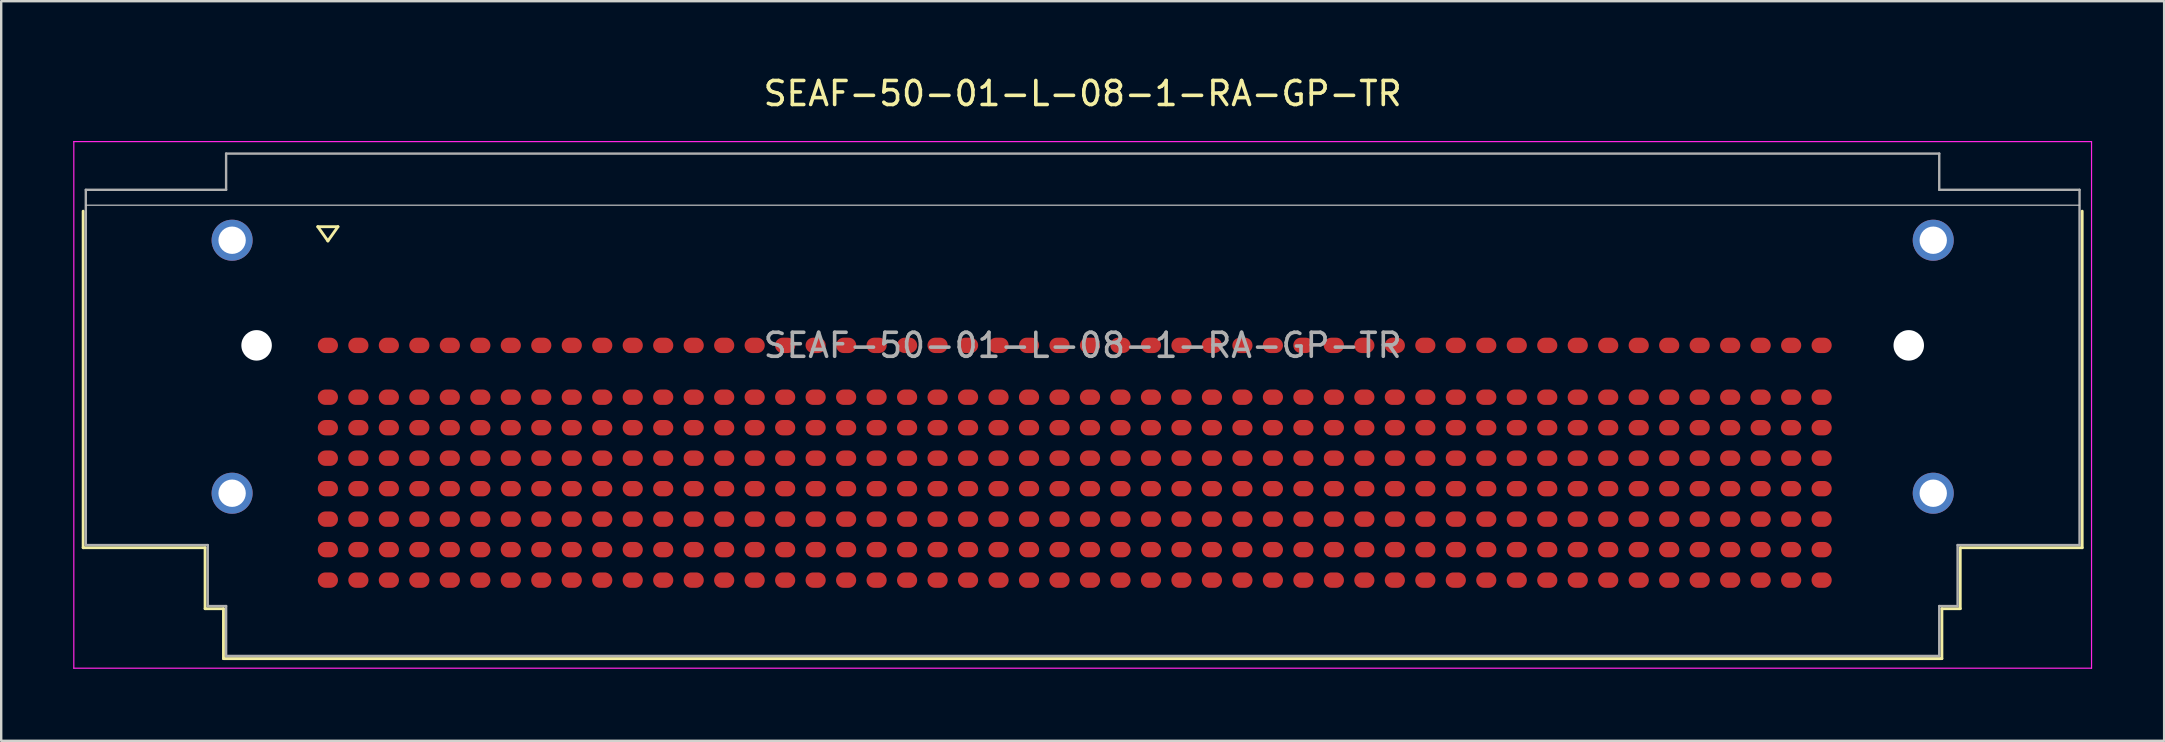
<source format=kicad_pcb>
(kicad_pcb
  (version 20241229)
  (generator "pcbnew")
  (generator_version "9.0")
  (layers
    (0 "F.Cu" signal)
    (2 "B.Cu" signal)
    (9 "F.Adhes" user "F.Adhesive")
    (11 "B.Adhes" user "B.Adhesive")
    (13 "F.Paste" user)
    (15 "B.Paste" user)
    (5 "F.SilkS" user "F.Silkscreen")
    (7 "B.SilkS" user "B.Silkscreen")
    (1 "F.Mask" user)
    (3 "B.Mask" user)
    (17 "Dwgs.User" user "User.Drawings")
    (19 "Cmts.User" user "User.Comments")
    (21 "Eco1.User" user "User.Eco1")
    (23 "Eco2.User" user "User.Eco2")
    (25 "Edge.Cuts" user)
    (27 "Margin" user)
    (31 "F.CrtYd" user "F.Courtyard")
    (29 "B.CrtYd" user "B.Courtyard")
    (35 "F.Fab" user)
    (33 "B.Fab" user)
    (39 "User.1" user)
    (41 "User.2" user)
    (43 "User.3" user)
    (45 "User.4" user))
  (footprint "SEAF-50-01-L-08-1-RA-GP-TR"
    (layer "F.Cu")
    (at 42.055 11.338)
    (property "Reference" "SEAF-50-01-L-08-1-RA-GP-TR" (at 0 -10.49 0) (layer "F.SilkS") (effects (font (size 1 1) (thickness 0.15))))
    (attr smd)
    (fp_line (start -41.64 -5.59) (end -41.64 8.43) (stroke (width 0.12) (type solid)) (layer "F.SilkS"))
    (fp_line (start -41.64 8.43) (end -36.56 8.43) (stroke (width 0.12) (type solid)) (layer "F.SilkS"))
    (fp_line (start -36.56 8.43) (end -36.56 10.97) (stroke (width 0.12) (type solid)) (layer "F.SilkS"))
    (fp_line (start -36.56 10.97) (end -35.795 10.97) (stroke (width 0.12) (type solid)) (layer "F.SilkS"))
    (fp_line (start -35.795 10.97) (end -35.795 13.05) (stroke (width 0.12) (type solid)) (layer "F.SilkS"))
    (fp_line (start -35.795 13.05) (end 35.795 13.05) (stroke (width 0.12) (type solid)) (layer "F.SilkS"))
    (fp_line (start -31.865 -4.944) (end -31.025 -4.944) (stroke (width 0.12) (type solid)) (layer "F.SilkS"))
    (fp_line (start -31.445 -4.35) (end -31.865 -4.944) (stroke (width 0.12) (type solid)) (layer "F.SilkS"))
    (fp_line (start -31.025 -4.944) (end -31.445 -4.35) (stroke (width 0.12) (type solid)) (layer "F.SilkS"))
    (fp_line (start 35.795 10.97) (end 36.56 10.97) (stroke (width 0.12) (type solid)) (layer "F.SilkS"))
    (fp_line (start 35.795 13.05) (end 35.795 10.97) (stroke (width 0.12) (type solid)) (layer "F.SilkS"))
    (fp_line (start 36.56 8.43) (end 41.64 8.43) (stroke (width 0.12) (type solid)) (layer "F.SilkS"))
    (fp_line (start 36.56 10.97) (end 36.56 8.43) (stroke (width 0.12) (type solid)) (layer "F.SilkS"))
    (fp_line (start 41.64 8.43) (end 41.64 -5.59) (stroke (width 0.12) (type solid)) (layer "F.SilkS"))
    (fp_line (start -41.53 -5.84) (end 41.53 -5.84) (stroke (width 0.05) (type solid)) (layer "Dwgs.User"))
    (fp_line (start -42.03 -8.49) (end -42.03 13.45) (stroke (width 0.05) (type solid)) (layer "F.CrtYd"))
    (fp_line (start -42.03 13.45) (end 42.03 13.45) (stroke (width 0.05) (type solid)) (layer "F.CrtYd"))
    (fp_line (start 42.03 -8.49) (end -42.03 -8.49) (stroke (width 0.05) (type solid)) (layer "F.CrtYd"))
    (fp_line (start 42.03 13.45) (end 42.03 -8.49) (stroke (width 0.05) (type solid)) (layer "F.CrtYd"))
    (fp_line (start -41.53 -6.48) (end -35.685 -6.48) (stroke (width 0.1) (type solid)) (layer "F.Fab"))
    (fp_line (start -41.53 8.32) (end -41.53 -6.48) (stroke (width 0.1) (type solid)) (layer "F.Fab"))
    (fp_line (start -36.45 8.32) (end -41.53 8.32) (stroke (width 0.1) (type solid)) (layer "F.Fab"))
    (fp_line (start -36.45 10.86) (end -36.45 8.32) (stroke (width 0.1) (type solid)) (layer "F.Fab"))
    (fp_line (start -35.685 -7.99) (end 35.685 -7.99) (stroke (width 0.1) (type solid)) (layer "F.Fab"))
    (fp_line (start -35.685 -6.48) (end -35.685 -7.99) (stroke (width 0.1) (type solid)) (layer "F.Fab"))
    (fp_line (start -35.685 10.86) (end -36.45 10.86) (stroke (width 0.1) (type solid)) (layer "F.Fab"))
    (fp_line (start -35.685 12.94) (end -35.685 10.86) (stroke (width 0.1) (type solid)) (layer "F.Fab"))
    (fp_line (start 35.685 -7.99) (end 35.685 -6.48) (stroke (width 0.1) (type solid)) (layer "F.Fab"))
    (fp_line (start 35.685 -6.48) (end 41.53 -6.48) (stroke (width 0.1) (type solid)) (layer "F.Fab"))
    (fp_line (start 35.685 10.86) (end 35.685 12.94) (stroke (width 0.1) (type solid)) (layer "F.Fab"))
    (fp_line (start 35.685 12.94) (end -35.685 12.94) (stroke (width 0.1) (type solid)) (layer "F.Fab"))
    (fp_line (start 36.45 8.32) (end 36.45 10.86) (stroke (width 0.1) (type solid)) (layer "F.Fab"))
    (fp_line (start 36.45 10.86) (end 35.685 10.86) (stroke (width 0.1) (type solid)) (layer "F.Fab"))
    (fp_line (start 41.53 -6.48) (end 41.53 8.32) (stroke (width 0.1) (type solid)) (layer "F.Fab"))
    (fp_line (start 41.53 8.32) (end 36.45 8.32) (stroke (width 0.1) (type solid)) (layer "F.Fab"))
    (fp_text user "${REFERENCE}" (at 0 0 0) (layer "F.Fab") (effects (font (size 1 1) (thickness 0.15))))
    (pad "" thru_hole circle (at -35.435 -4.38) (size 1.71 1.71) (drill 1.14) (layers "*.Cu" "*.Mask"))
    (pad "" thru_hole circle (at -35.435 6.16) (size 1.71 1.71) (drill 1.14) (layers "*.Cu" "*.Mask"))
    (pad "" np_thru_hole circle (at -34.415 0) (size 1.27 1.27) (drill 1.27) (layers "*.Cu" "*.Mask"))
    (pad "" smd oval (at -31.445 0) (size 0.98 0.89) (layers "F.Paste"))
    (pad "" smd oval (at -31.445 2.16) (size 0.98 0.89) (layers "F.Paste"))
    (pad "" smd oval (at -31.445 3.43) (size 0.98 0.89) (layers "F.Paste"))
    (pad "" smd oval (at -31.445 4.7) (size 0.98 0.89) (layers "F.Paste"))
    (pad "" smd oval (at -31.445 5.97) (size 0.98 0.89) (layers "F.Paste"))
    (pad "" smd oval (at -31.445 7.24) (size 0.98 0.89) (layers "F.Paste"))
    (pad "" smd oval (at -31.445 8.51) (size 0.98 0.89) (layers "F.Paste"))
    (pad "" smd oval (at -31.445 9.78) (size 0.98 0.89) (layers "F.Paste"))
    (pad "" smd oval (at -30.175 0) (size 0.98 0.89) (layers "F.Paste"))
    (pad "" smd oval (at -30.175 2.16) (size 0.98 0.89) (layers "F.Paste"))
    (pad "" smd oval (at -30.175 3.43) (size 0.98 0.89) (layers "F.Paste"))
    (pad "" smd oval (at -30.175 4.7) (size 0.98 0.89) (layers "F.Paste"))
    (pad "" smd oval (at -30.175 5.97) (size 0.98 0.89) (layers "F.Paste"))
    (pad "" smd oval (at -30.175 7.24) (size 0.98 0.89) (layers "F.Paste"))
    (pad "" smd oval (at -30.175 8.51) (size 0.98 0.89) (layers "F.Paste"))
    (pad "" smd oval (at -30.175 9.78) (size 0.98 0.89) (layers "F.Paste"))
    (pad "" smd oval (at -28.905 0) (size 0.98 0.89) (layers "F.Paste"))
    (pad "" smd oval (at -28.905 2.16) (size 0.98 0.89) (layers "F.Paste"))
    (pad "" smd oval (at -28.905 3.43) (size 0.98 0.89) (layers "F.Paste"))
    (pad "" smd oval (at -28.905 4.7) (size 0.98 0.89) (layers "F.Paste"))
    (pad "" smd oval (at -28.905 5.97) (size 0.98 0.89) (layers "F.Paste"))
    (pad "" smd oval (at -28.905 7.24) (size 0.98 0.89) (layers "F.Paste"))
    (pad "" smd oval (at -28.905 8.51) (size 0.98 0.89) (layers "F.Paste"))
    (pad "" smd oval (at -28.905 9.78) (size 0.98 0.89) (layers "F.Paste"))
    (pad "" smd oval (at -27.635 0) (size 0.98 0.89) (layers "F.Paste"))
    (pad "" smd oval (at -27.635 2.16) (size 0.98 0.89) (layers "F.Paste"))
    (pad "" smd oval (at -27.635 3.43) (size 0.98 0.89) (layers "F.Paste"))
    (pad "" smd oval (at -27.635 4.7) (size 0.98 0.89) (layers "F.Paste"))
    (pad "" smd oval (at -27.635 5.97) (size 0.98 0.89) (layers "F.Paste"))
    (pad "" smd oval (at -27.635 7.24) (size 0.98 0.89) (layers "F.Paste"))
    (pad "" smd oval (at -27.635 8.51) (size 0.98 0.89) (layers "F.Paste"))
    (pad "" smd oval (at -27.635 9.78) (size 0.98 0.89) (layers "F.Paste"))
    (pad "" smd oval (at -26.365 0) (size 0.98 0.89) (layers "F.Paste"))
    (pad "" smd oval (at -26.365 2.16) (size 0.98 0.89) (layers "F.Paste"))
    (pad "" smd oval (at -26.365 3.43) (size 0.98 0.89) (layers "F.Paste"))
    (pad "" smd oval (at -26.365 4.7) (size 0.98 0.89) (layers "F.Paste"))
    (pad "" smd oval (at -26.365 5.97) (size 0.98 0.89) (layers "F.Paste"))
    (pad "" smd oval (at -26.365 7.24) (size 0.98 0.89) (layers "F.Paste"))
    (pad "" smd oval (at -26.365 8.51) (size 0.98 0.89) (layers "F.Paste"))
    (pad "" smd oval (at -26.365 9.78) (size 0.98 0.89) (layers "F.Paste"))
    (pad "" smd oval (at -25.095 0) (size 0.98 0.89) (layers "F.Paste"))
    (pad "" smd oval (at -25.095 2.16) (size 0.98 0.89) (layers "F.Paste"))
    (pad "" smd oval (at -25.095 3.43) (size 0.98 0.89) (layers "F.Paste"))
    (pad "" smd oval (at -25.095 4.7) (size 0.98 0.89) (layers "F.Paste"))
    (pad "" smd oval (at -25.095 5.97) (size 0.98 0.89) (layers "F.Paste"))
    (pad "" smd oval (at -25.095 7.24) (size 0.98 0.89) (layers "F.Paste"))
    (pad "" smd oval (at -25.095 8.51) (size 0.98 0.89) (layers "F.Paste"))
    (pad "" smd oval (at -25.095 9.78) (size 0.98 0.89) (layers "F.Paste"))
    (pad "" smd oval (at -23.825 0) (size 0.98 0.89) (layers "F.Paste"))
    (pad "" smd oval (at -23.825 2.16) (size 0.98 0.89) (layers "F.Paste"))
    (pad "" smd oval (at -23.825 3.43) (size 0.98 0.89) (layers "F.Paste"))
    (pad "" smd oval (at -23.825 4.7) (size 0.98 0.89) (layers "F.Paste"))
    (pad "" smd oval (at -23.825 5.97) (size 0.98 0.89) (layers "F.Paste"))
    (pad "" smd oval (at -23.825 7.24) (size 0.98 0.89) (layers "F.Paste"))
    (pad "" smd oval (at -23.825 8.51) (size 0.98 0.89) (layers "F.Paste"))
    (pad "" smd oval (at -23.825 9.78) (size 0.98 0.89) (layers "F.Paste"))
    (pad "" smd oval (at -22.555 0) (size 0.98 0.89) (layers "F.Paste"))
    (pad "" smd oval (at -22.555 2.16) (size 0.98 0.89) (layers "F.Paste"))
    (pad "" smd oval (at -22.555 3.43) (size 0.98 0.89) (layers "F.Paste"))
    (pad "" smd oval (at -22.555 4.7) (size 0.98 0.89) (layers "F.Paste"))
    (pad "" smd oval (at -22.555 5.97) (size 0.98 0.89) (layers "F.Paste"))
    (pad "" smd oval (at -22.555 7.24) (size 0.98 0.89) (layers "F.Paste"))
    (pad "" smd oval (at -22.555 8.51) (size 0.98 0.89) (layers "F.Paste"))
    (pad "" smd oval (at -22.555 9.78) (size 0.98 0.89) (layers "F.Paste"))
    (pad "" smd oval (at -21.285 0) (size 0.98 0.89) (layers "F.Paste"))
    (pad "" smd oval (at -21.285 2.16) (size 0.98 0.89) (layers "F.Paste"))
    (pad "" smd oval (at -21.285 3.43) (size 0.98 0.89) (layers "F.Paste"))
    (pad "" smd oval (at -21.285 4.7) (size 0.98 0.89) (layers "F.Paste"))
    (pad "" smd oval (at -21.285 5.97) (size 0.98 0.89) (layers "F.Paste"))
    (pad "" smd oval (at -21.285 7.24) (size 0.98 0.89) (layers "F.Paste"))
    (pad "" smd oval (at -21.285 8.51) (size 0.98 0.89) (layers "F.Paste"))
    (pad "" smd oval (at -21.285 9.78) (size 0.98 0.89) (layers "F.Paste"))
    (pad "" smd oval (at -20.015 0) (size 0.98 0.89) (layers "F.Paste"))
    (pad "" smd oval (at -20.015 2.16) (size 0.98 0.89) (layers "F.Paste"))
    (pad "" smd oval (at -20.015 3.43) (size 0.98 0.89) (layers "F.Paste"))
    (pad "" smd oval (at -20.015 4.7) (size 0.98 0.89) (layers "F.Paste"))
    (pad "" smd oval (at -20.015 5.97) (size 0.98 0.89) (layers "F.Paste"))
    (pad "" smd oval (at -20.015 7.24) (size 0.98 0.89) (layers "F.Paste"))
    (pad "" smd oval (at -20.015 8.51) (size 0.98 0.89) (layers "F.Paste"))
    (pad "" smd oval (at -20.015 9.78) (size 0.98 0.89) (layers "F.Paste"))
    (pad "" smd oval (at -18.745 0) (size 0.98 0.89) (layers "F.Paste"))
    (pad "" smd oval (at -18.745 2.16) (size 0.98 0.89) (layers "F.Paste"))
    (pad "" smd oval (at -18.745 3.43) (size 0.98 0.89) (layers "F.Paste"))
    (pad "" smd oval (at -18.745 4.7) (size 0.98 0.89) (layers "F.Paste"))
    (pad "" smd oval (at -18.745 5.97) (size 0.98 0.89) (layers "F.Paste"))
    (pad "" smd oval (at -18.745 7.24) (size 0.98 0.89) (layers "F.Paste"))
    (pad "" smd oval (at -18.745 8.51) (size 0.98 0.89) (layers "F.Paste"))
    (pad "" smd oval (at -18.745 9.78) (size 0.98 0.89) (layers "F.Paste"))
    (pad "" smd oval (at -17.475 0) (size 0.98 0.89) (layers "F.Paste"))
    (pad "" smd oval (at -17.475 2.16) (size 0.98 0.89) (layers "F.Paste"))
    (pad "" smd oval (at -17.475 3.43) (size 0.98 0.89) (layers "F.Paste"))
    (pad "" smd oval (at -17.475 4.7) (size 0.98 0.89) (layers "F.Paste"))
    (pad "" smd oval (at -17.475 5.97) (size 0.98 0.89) (layers "F.Paste"))
    (pad "" smd oval (at -17.475 7.24) (size 0.98 0.89) (layers "F.Paste"))
    (pad "" smd oval (at -17.475 8.51) (size 0.98 0.89) (layers "F.Paste"))
    (pad "" smd oval (at -17.475 9.78) (size 0.98 0.89) (layers "F.Paste"))
    (pad "" smd oval (at -16.205 0) (size 0.98 0.89) (layers "F.Paste"))
    (pad "" smd oval (at -16.205 2.16) (size 0.98 0.89) (layers "F.Paste"))
    (pad "" smd oval (at -16.205 3.43) (size 0.98 0.89) (layers "F.Paste"))
    (pad "" smd oval (at -16.205 4.7) (size 0.98 0.89) (layers "F.Paste"))
    (pad "" smd oval (at -16.205 5.97) (size 0.98 0.89) (layers "F.Paste"))
    (pad "" smd oval (at -16.205 7.24) (size 0.98 0.89) (layers "F.Paste"))
    (pad "" smd oval (at -16.205 8.51) (size 0.98 0.89) (layers "F.Paste"))
    (pad "" smd oval (at -16.205 9.78) (size 0.98 0.89) (layers "F.Paste"))
    (pad "" smd oval (at -14.935 0) (size 0.98 0.89) (layers "F.Paste"))
    (pad "" smd oval (at -14.935 2.16) (size 0.98 0.89) (layers "F.Paste"))
    (pad "" smd oval (at -14.935 3.43) (size 0.98 0.89) (layers "F.Paste"))
    (pad "" smd oval (at -14.935 4.7) (size 0.98 0.89) (layers "F.Paste"))
    (pad "" smd oval (at -14.935 5.97) (size 0.98 0.89) (layers "F.Paste"))
    (pad "" smd oval (at -14.935 7.24) (size 0.98 0.89) (layers "F.Paste"))
    (pad "" smd oval (at -14.935 8.51) (size 0.98 0.89) (layers "F.Paste"))
    (pad "" smd oval (at -14.935 9.78) (size 0.98 0.89) (layers "F.Paste"))
    (pad "" smd oval (at -13.665 0) (size 0.98 0.89) (layers "F.Paste"))
    (pad "" smd oval (at -13.665 2.16) (size 0.98 0.89) (layers "F.Paste"))
    (pad "" smd oval (at -13.665 3.43) (size 0.98 0.89) (layers "F.Paste"))
    (pad "" smd oval (at -13.665 4.7) (size 0.98 0.89) (layers "F.Paste"))
    (pad "" smd oval (at -13.665 5.97) (size 0.98 0.89) (layers "F.Paste"))
    (pad "" smd oval (at -13.665 7.24) (size 0.98 0.89) (layers "F.Paste"))
    (pad "" smd oval (at -13.665 8.51) (size 0.98 0.89) (layers "F.Paste"))
    (pad "" smd oval (at -13.665 9.78) (size 0.98 0.89) (layers "F.Paste"))
    (pad "" smd oval (at -12.395 0) (size 0.98 0.89) (layers "F.Paste"))
    (pad "" smd oval (at -12.395 2.16) (size 0.98 0.89) (layers "F.Paste"))
    (pad "" smd oval (at -12.395 3.43) (size 0.98 0.89) (layers "F.Paste"))
    (pad "" smd oval (at -12.395 4.7) (size 0.98 0.89) (layers "F.Paste"))
    (pad "" smd oval (at -12.395 5.97) (size 0.98 0.89) (layers "F.Paste"))
    (pad "" smd oval (at -12.395 7.24) (size 0.98 0.89) (layers "F.Paste"))
    (pad "" smd oval (at -12.395 8.51) (size 0.98 0.89) (layers "F.Paste"))
    (pad "" smd oval (at -12.395 9.78) (size 0.98 0.89) (layers "F.Paste"))
    (pad "" smd oval (at -11.125 0) (size 0.98 0.89) (layers "F.Paste"))
    (pad "" smd oval (at -11.125 2.16) (size 0.98 0.89) (layers "F.Paste"))
    (pad "" smd oval (at -11.125 3.43) (size 0.98 0.89) (layers "F.Paste"))
    (pad "" smd oval (at -11.125 4.7) (size 0.98 0.89) (layers "F.Paste"))
    (pad "" smd oval (at -11.125 5.97) (size 0.98 0.89) (layers "F.Paste"))
    (pad "" smd oval (at -11.125 7.24) (size 0.98 0.89) (layers "F.Paste"))
    (pad "" smd oval (at -11.125 8.51) (size 0.98 0.89) (layers "F.Paste"))
    (pad "" smd oval (at -11.125 9.78) (size 0.98 0.89) (layers "F.Paste"))
    (pad "" smd oval (at -9.855 0) (size 0.98 0.89) (layers "F.Paste"))
    (pad "" smd oval (at -9.855 2.16) (size 0.98 0.89) (layers "F.Paste"))
    (pad "" smd oval (at -9.855 3.43) (size 0.98 0.89) (layers "F.Paste"))
    (pad "" smd oval (at -9.855 4.7) (size 0.98 0.89) (layers "F.Paste"))
    (pad "" smd oval (at -9.855 5.97) (size 0.98 0.89) (layers "F.Paste"))
    (pad "" smd oval (at -9.855 7.24) (size 0.98 0.89) (layers "F.Paste"))
    (pad "" smd oval (at -9.855 8.51) (size 0.98 0.89) (layers "F.Paste"))
    (pad "" smd oval (at -9.855 9.78) (size 0.98 0.89) (layers "F.Paste"))
    (pad "" smd oval (at -8.585 0) (size 0.98 0.89) (layers "F.Paste"))
    (pad "" smd oval (at -8.585 2.16) (size 0.98 0.89) (layers "F.Paste"))
    (pad "" smd oval (at -8.585 3.43) (size 0.98 0.89) (layers "F.Paste"))
    (pad "" smd oval (at -8.585 4.7) (size 0.98 0.89) (layers "F.Paste"))
    (pad "" smd oval (at -8.585 5.97) (size 0.98 0.89) (layers "F.Paste"))
    (pad "" smd oval (at -8.585 7.24) (size 0.98 0.89) (layers "F.Paste"))
    (pad "" smd oval (at -8.585 8.51) (size 0.98 0.89) (layers "F.Paste"))
    (pad "" smd oval (at -8.585 9.78) (size 0.98 0.89) (layers "F.Paste"))
    (pad "" smd oval (at -7.315 0) (size 0.98 0.89) (layers "F.Paste"))
    (pad "" smd oval (at -7.315 2.16) (size 0.98 0.89) (layers "F.Paste"))
    (pad "" smd oval (at -7.315 3.43) (size 0.98 0.89) (layers "F.Paste"))
    (pad "" smd oval (at -7.315 4.7) (size 0.98 0.89) (layers "F.Paste"))
    (pad "" smd oval (at -7.315 5.97) (size 0.98 0.89) (layers "F.Paste"))
    (pad "" smd oval (at -7.315 7.24) (size 0.98 0.89) (layers "F.Paste"))
    (pad "" smd oval (at -7.315 8.51) (size 0.98 0.89) (layers "F.Paste"))
    (pad "" smd oval (at -7.315 9.78) (size 0.98 0.89) (layers "F.Paste"))
    (pad "" smd oval (at -6.045 0) (size 0.98 0.89) (layers "F.Paste"))
    (pad "" smd oval (at -6.045 2.16) (size 0.98 0.89) (layers "F.Paste"))
    (pad "" smd oval (at -6.045 3.43) (size 0.98 0.89) (layers "F.Paste"))
    (pad "" smd oval (at -6.045 4.7) (size 0.98 0.89) (layers "F.Paste"))
    (pad "" smd oval (at -6.045 5.97) (size 0.98 0.89) (layers "F.Paste"))
    (pad "" smd oval (at -6.045 7.24) (size 0.98 0.89) (layers "F.Paste"))
    (pad "" smd oval (at -6.045 8.51) (size 0.98 0.89) (layers "F.Paste"))
    (pad "" smd oval (at -6.045 9.78) (size 0.98 0.89) (layers "F.Paste"))
    (pad "" smd oval (at -4.775 0) (size 0.98 0.89) (layers "F.Paste"))
    (pad "" smd oval (at -4.775 2.16) (size 0.98 0.89) (layers "F.Paste"))
    (pad "" smd oval (at -4.775 3.43) (size 0.98 0.89) (layers "F.Paste"))
    (pad "" smd oval (at -4.775 4.7) (size 0.98 0.89) (layers "F.Paste"))
    (pad "" smd oval (at -4.775 5.97) (size 0.98 0.89) (layers "F.Paste"))
    (pad "" smd oval (at -4.775 7.24) (size 0.98 0.89) (layers "F.Paste"))
    (pad "" smd oval (at -4.775 8.51) (size 0.98 0.89) (layers "F.Paste"))
    (pad "" smd oval (at -4.775 9.78) (size 0.98 0.89) (layers "F.Paste"))
    (pad "" smd oval (at -3.505 0) (size 0.98 0.89) (layers "F.Paste"))
    (pad "" smd oval (at -3.505 2.16) (size 0.98 0.89) (layers "F.Paste"))
    (pad "" smd oval (at -3.505 3.43) (size 0.98 0.89) (layers "F.Paste"))
    (pad "" smd oval (at -3.505 4.7) (size 0.98 0.89) (layers "F.Paste"))
    (pad "" smd oval (at -3.505 5.97) (size 0.98 0.89) (layers "F.Paste"))
    (pad "" smd oval (at -3.505 7.24) (size 0.98 0.89) (layers "F.Paste"))
    (pad "" smd oval (at -3.505 8.51) (size 0.98 0.89) (layers "F.Paste"))
    (pad "" smd oval (at -3.505 9.78) (size 0.98 0.89) (layers "F.Paste"))
    (pad "" smd oval (at -2.235 0) (size 0.98 0.89) (layers "F.Paste"))
    (pad "" smd oval (at -2.235 2.16) (size 0.98 0.89) (layers "F.Paste"))
    (pad "" smd oval (at -2.235 3.43) (size 0.98 0.89) (layers "F.Paste"))
    (pad "" smd oval (at -2.235 4.7) (size 0.98 0.89) (layers "F.Paste"))
    (pad "" smd oval (at -2.235 5.97) (size 0.98 0.89) (layers "F.Paste"))
    (pad "" smd oval (at -2.235 7.24) (size 0.98 0.89) (layers "F.Paste"))
    (pad "" smd oval (at -2.235 8.51) (size 0.98 0.89) (layers "F.Paste"))
    (pad "" smd oval (at -2.235 9.78) (size 0.98 0.89) (layers "F.Paste"))
    (pad "" smd oval (at -0.965 0) (size 0.98 0.89) (layers "F.Paste"))
    (pad "" smd oval (at -0.965 2.16) (size 0.98 0.89) (layers "F.Paste"))
    (pad "" smd oval (at -0.965 3.43) (size 0.98 0.89) (layers "F.Paste"))
    (pad "" smd oval (at -0.965 4.7) (size 0.98 0.89) (layers "F.Paste"))
    (pad "" smd oval (at -0.965 5.97) (size 0.98 0.89) (layers "F.Paste"))
    (pad "" smd oval (at -0.965 7.24) (size 0.98 0.89) (layers "F.Paste"))
    (pad "" smd oval (at -0.965 8.51) (size 0.98 0.89) (layers "F.Paste"))
    (pad "" smd oval (at -0.965 9.78) (size 0.98 0.89) (layers "F.Paste"))
    (pad "" smd oval (at 0.305 0) (size 0.98 0.89) (layers "F.Paste"))
    (pad "" smd oval (at 0.305 2.16) (size 0.98 0.89) (layers "F.Paste"))
    (pad "" smd oval (at 0.305 3.43) (size 0.98 0.89) (layers "F.Paste"))
    (pad "" smd oval (at 0.305 4.7) (size 0.98 0.89) (layers "F.Paste"))
    (pad "" smd oval (at 0.305 5.97) (size 0.98 0.89) (layers "F.Paste"))
    (pad "" smd oval (at 0.305 7.24) (size 0.98 0.89) (layers "F.Paste"))
    (pad "" smd oval (at 0.305 8.51) (size 0.98 0.89) (layers "F.Paste"))
    (pad "" smd oval (at 0.305 9.78) (size 0.98 0.89) (layers "F.Paste"))
    (pad "" smd oval (at 1.575 0) (size 0.98 0.89) (layers "F.Paste"))
    (pad "" smd oval (at 1.575 2.16) (size 0.98 0.89) (layers "F.Paste"))
    (pad "" smd oval (at 1.575 3.43) (size 0.98 0.89) (layers "F.Paste"))
    (pad "" smd oval (at 1.575 4.7) (size 0.98 0.89) (layers "F.Paste"))
    (pad "" smd oval (at 1.575 5.97) (size 0.98 0.89) (layers "F.Paste"))
    (pad "" smd oval (at 1.575 7.24) (size 0.98 0.89) (layers "F.Paste"))
    (pad "" smd oval (at 1.575 8.51) (size 0.98 0.89) (layers "F.Paste"))
    (pad "" smd oval (at 1.575 9.78) (size 0.98 0.89) (layers "F.Paste"))
    (pad "" smd oval (at 2.845 0) (size 0.98 0.89) (layers "F.Paste"))
    (pad "" smd oval (at 2.845 2.16) (size 0.98 0.89) (layers "F.Paste"))
    (pad "" smd oval (at 2.845 3.43) (size 0.98 0.89) (layers "F.Paste"))
    (pad "" smd oval (at 2.845 4.7) (size 0.98 0.89) (layers "F.Paste"))
    (pad "" smd oval (at 2.845 5.97) (size 0.98 0.89) (layers "F.Paste"))
    (pad "" smd oval (at 2.845 7.24) (size 0.98 0.89) (layers "F.Paste"))
    (pad "" smd oval (at 2.845 8.51) (size 0.98 0.89) (layers "F.Paste"))
    (pad "" smd oval (at 2.845 9.78) (size 0.98 0.89) (layers "F.Paste"))
    (pad "" smd oval (at 4.115 0) (size 0.98 0.89) (layers "F.Paste"))
    (pad "" smd oval (at 4.115 2.16) (size 0.98 0.89) (layers "F.Paste"))
    (pad "" smd oval (at 4.115 3.43) (size 0.98 0.89) (layers "F.Paste"))
    (pad "" smd oval (at 4.115 4.7) (size 0.98 0.89) (layers "F.Paste"))
    (pad "" smd oval (at 4.115 5.97) (size 0.98 0.89) (layers "F.Paste"))
    (pad "" smd oval (at 4.115 7.24) (size 0.98 0.89) (layers "F.Paste"))
    (pad "" smd oval (at 4.115 8.51) (size 0.98 0.89) (layers "F.Paste"))
    (pad "" smd oval (at 4.115 9.78) (size 0.98 0.89) (layers "F.Paste"))
    (pad "" smd oval (at 5.385 0) (size 0.98 0.89) (layers "F.Paste"))
    (pad "" smd oval (at 5.385 2.16) (size 0.98 0.89) (layers "F.Paste"))
    (pad "" smd oval (at 5.385 3.43) (size 0.98 0.89) (layers "F.Paste"))
    (pad "" smd oval (at 5.385 4.7) (size 0.98 0.89) (layers "F.Paste"))
    (pad "" smd oval (at 5.385 5.97) (size 0.98 0.89) (layers "F.Paste"))
    (pad "" smd oval (at 5.385 7.24) (size 0.98 0.89) (layers "F.Paste"))
    (pad "" smd oval (at 5.385 8.51) (size 0.98 0.89) (layers "F.Paste"))
    (pad "" smd oval (at 5.385 9.78) (size 0.98 0.89) (layers "F.Paste"))
    (pad "" smd oval (at 6.655 0) (size 0.98 0.89) (layers "F.Paste"))
    (pad "" smd oval (at 6.655 2.16) (size 0.98 0.89) (layers "F.Paste"))
    (pad "" smd oval (at 6.655 3.43) (size 0.98 0.89) (layers "F.Paste"))
    (pad "" smd oval (at 6.655 4.7) (size 0.98 0.89) (layers "F.Paste"))
    (pad "" smd oval (at 6.655 5.97) (size 0.98 0.89) (layers "F.Paste"))
    (pad "" smd oval (at 6.655 7.24) (size 0.98 0.89) (layers "F.Paste"))
    (pad "" smd oval (at 6.655 8.51) (size 0.98 0.89) (layers "F.Paste"))
    (pad "" smd oval (at 6.655 9.78) (size 0.98 0.89) (layers "F.Paste"))
    (pad "" smd oval (at 7.925 0) (size 0.98 0.89) (layers "F.Paste"))
    (pad "" smd oval (at 7.925 2.16) (size 0.98 0.89) (layers "F.Paste"))
    (pad "" smd oval (at 7.925 3.43) (size 0.98 0.89) (layers "F.Paste"))
    (pad "" smd oval (at 7.925 4.7) (size 0.98 0.89) (layers "F.Paste"))
    (pad "" smd oval (at 7.925 5.97) (size 0.98 0.89) (layers "F.Paste"))
    (pad "" smd oval (at 7.925 7.24) (size 0.98 0.89) (layers "F.Paste"))
    (pad "" smd oval (at 7.925 8.51) (size 0.98 0.89) (layers "F.Paste"))
    (pad "" smd oval (at 7.925 9.78) (size 0.98 0.89) (layers "F.Paste"))
    (pad "" smd oval (at 9.195 0) (size 0.98 0.89) (layers "F.Paste"))
    (pad "" smd oval (at 9.195 2.16) (size 0.98 0.89) (layers "F.Paste"))
    (pad "" smd oval (at 9.195 3.43) (size 0.98 0.89) (layers "F.Paste"))
    (pad "" smd oval (at 9.195 4.7) (size 0.98 0.89) (layers "F.Paste"))
    (pad "" smd oval (at 9.195 5.97) (size 0.98 0.89) (layers "F.Paste"))
    (pad "" smd oval (at 9.195 7.24) (size 0.98 0.89) (layers "F.Paste"))
    (pad "" smd oval (at 9.195 8.51) (size 0.98 0.89) (layers "F.Paste"))
    (pad "" smd oval (at 9.195 9.78) (size 0.98 0.89) (layers "F.Paste"))
    (pad "" smd oval (at 10.465 0) (size 0.98 0.89) (layers "F.Paste"))
    (pad "" smd oval (at 10.465 2.16) (size 0.98 0.89) (layers "F.Paste"))
    (pad "" smd oval (at 10.465 3.43) (size 0.98 0.89) (layers "F.Paste"))
    (pad "" smd oval (at 10.465 4.7) (size 0.98 0.89) (layers "F.Paste"))
    (pad "" smd oval (at 10.465 5.97) (size 0.98 0.89) (layers "F.Paste"))
    (pad "" smd oval (at 10.465 7.24) (size 0.98 0.89) (layers "F.Paste"))
    (pad "" smd oval (at 10.465 8.51) (size 0.98 0.89) (layers "F.Paste"))
    (pad "" smd oval (at 10.465 9.78) (size 0.98 0.89) (layers "F.Paste"))
    (pad "" smd oval (at 11.735 0) (size 0.98 0.89) (layers "F.Paste"))
    (pad "" smd oval (at 11.735 2.16) (size 0.98 0.89) (layers "F.Paste"))
    (pad "" smd oval (at 11.735 3.43) (size 0.98 0.89) (layers "F.Paste"))
    (pad "" smd oval (at 11.735 4.7) (size 0.98 0.89) (layers "F.Paste"))
    (pad "" smd oval (at 11.735 5.97) (size 0.98 0.89) (layers "F.Paste"))
    (pad "" smd oval (at 11.735 7.24) (size 0.98 0.89) (layers "F.Paste"))
    (pad "" smd oval (at 11.735 8.51) (size 0.98 0.89) (layers "F.Paste"))
    (pad "" smd oval (at 11.735 9.78) (size 0.98 0.89) (layers "F.Paste"))
    (pad "" smd oval (at 13.005 0) (size 0.98 0.89) (layers "F.Paste"))
    (pad "" smd oval (at 13.005 2.16) (size 0.98 0.89) (layers "F.Paste"))
    (pad "" smd oval (at 13.005 3.43) (size 0.98 0.89) (layers "F.Paste"))
    (pad "" smd oval (at 13.005 4.7) (size 0.98 0.89) (layers "F.Paste"))
    (pad "" smd oval (at 13.005 5.97) (size 0.98 0.89) (layers "F.Paste"))
    (pad "" smd oval (at 13.005 7.24) (size 0.98 0.89) (layers "F.Paste"))
    (pad "" smd oval (at 13.005 8.51) (size 0.98 0.89) (layers "F.Paste"))
    (pad "" smd oval (at 13.005 9.78) (size 0.98 0.89) (layers "F.Paste"))
    (pad "" smd oval (at 14.275 0) (size 0.98 0.89) (layers "F.Paste"))
    (pad "" smd oval (at 14.275 2.16) (size 0.98 0.89) (layers "F.Paste"))
    (pad "" smd oval (at 14.275 3.43) (size 0.98 0.89) (layers "F.Paste"))
    (pad "" smd oval (at 14.275 4.7) (size 0.98 0.89) (layers "F.Paste"))
    (pad "" smd oval (at 14.275 5.97) (size 0.98 0.89) (layers "F.Paste"))
    (pad "" smd oval (at 14.275 7.24) (size 0.98 0.89) (layers "F.Paste"))
    (pad "" smd oval (at 14.275 8.51) (size 0.98 0.89) (layers "F.Paste"))
    (pad "" smd oval (at 14.275 9.78) (size 0.98 0.89) (layers "F.Paste"))
    (pad "" smd oval (at 15.545 0) (size 0.98 0.89) (layers "F.Paste"))
    (pad "" smd oval (at 15.545 2.16) (size 0.98 0.89) (layers "F.Paste"))
    (pad "" smd oval (at 15.545 3.43) (size 0.98 0.89) (layers "F.Paste"))
    (pad "" smd oval (at 15.545 4.7) (size 0.98 0.89) (layers "F.Paste"))
    (pad "" smd oval (at 15.545 5.97) (size 0.98 0.89) (layers "F.Paste"))
    (pad "" smd oval (at 15.545 7.24) (size 0.98 0.89) (layers "F.Paste"))
    (pad "" smd oval (at 15.545 8.51) (size 0.98 0.89) (layers "F.Paste"))
    (pad "" smd oval (at 15.545 9.78) (size 0.98 0.89) (layers "F.Paste"))
    (pad "" smd oval (at 16.815 0) (size 0.98 0.89) (layers "F.Paste"))
    (pad "" smd oval (at 16.815 2.16) (size 0.98 0.89) (layers "F.Paste"))
    (pad "" smd oval (at 16.815 3.43) (size 0.98 0.89) (layers "F.Paste"))
    (pad "" smd oval (at 16.815 4.7) (size 0.98 0.89) (layers "F.Paste"))
    (pad "" smd oval (at 16.815 5.97) (size 0.98 0.89) (layers "F.Paste"))
    (pad "" smd oval (at 16.815 7.24) (size 0.98 0.89) (layers "F.Paste"))
    (pad "" smd oval (at 16.815 8.51) (size 0.98 0.89) (layers "F.Paste"))
    (pad "" smd oval (at 16.815 9.78) (size 0.98 0.89) (layers "F.Paste"))
    (pad "" smd oval (at 18.085 0) (size 0.98 0.89) (layers "F.Paste"))
    (pad "" smd oval (at 18.085 2.16) (size 0.98 0.89) (layers "F.Paste"))
    (pad "" smd oval (at 18.085 3.43) (size 0.98 0.89) (layers "F.Paste"))
    (pad "" smd oval (at 18.085 4.7) (size 0.98 0.89) (layers "F.Paste"))
    (pad "" smd oval (at 18.085 5.97) (size 0.98 0.89) (layers "F.Paste"))
    (pad "" smd oval (at 18.085 7.24) (size 0.98 0.89) (layers "F.Paste"))
    (pad "" smd oval (at 18.085 8.51) (size 0.98 0.89) (layers "F.Paste"))
    (pad "" smd oval (at 18.085 9.78) (size 0.98 0.89) (layers "F.Paste"))
    (pad "" smd oval (at 19.355 0) (size 0.98 0.89) (layers "F.Paste"))
    (pad "" smd oval (at 19.355 2.16) (size 0.98 0.89) (layers "F.Paste"))
    (pad "" smd oval (at 19.355 3.43) (size 0.98 0.89) (layers "F.Paste"))
    (pad "" smd oval (at 19.355 4.7) (size 0.98 0.89) (layers "F.Paste"))
    (pad "" smd oval (at 19.355 5.97) (size 0.98 0.89) (layers "F.Paste"))
    (pad "" smd oval (at 19.355 7.24) (size 0.98 0.89) (layers "F.Paste"))
    (pad "" smd oval (at 19.355 8.51) (size 0.98 0.89) (layers "F.Paste"))
    (pad "" smd oval (at 19.355 9.78) (size 0.98 0.89) (layers "F.Paste"))
    (pad "" smd oval (at 20.625 0) (size 0.98 0.89) (layers "F.Paste"))
    (pad "" smd oval (at 20.625 2.16) (size 0.98 0.89) (layers "F.Paste"))
    (pad "" smd oval (at 20.625 3.43) (size 0.98 0.89) (layers "F.Paste"))
    (pad "" smd oval (at 20.625 4.7) (size 0.98 0.89) (layers "F.Paste"))
    (pad "" smd oval (at 20.625 5.97) (size 0.98 0.89) (layers "F.Paste"))
    (pad "" smd oval (at 20.625 7.24) (size 0.98 0.89) (layers "F.Paste"))
    (pad "" smd oval (at 20.625 8.51) (size 0.98 0.89) (layers "F.Paste"))
    (pad "" smd oval (at 20.625 9.78) (size 0.98 0.89) (layers "F.Paste"))
    (pad "" smd oval (at 21.895 0) (size 0.98 0.89) (layers "F.Paste"))
    (pad "" smd oval (at 21.895 2.16) (size 0.98 0.89) (layers "F.Paste"))
    (pad "" smd oval (at 21.895 3.43) (size 0.98 0.89) (layers "F.Paste"))
    (pad "" smd oval (at 21.895 4.7) (size 0.98 0.89) (layers "F.Paste"))
    (pad "" smd oval (at 21.895 5.97) (size 0.98 0.89) (layers "F.Paste"))
    (pad "" smd oval (at 21.895 7.24) (size 0.98 0.89) (layers "F.Paste"))
    (pad "" smd oval (at 21.895 8.51) (size 0.98 0.89) (layers "F.Paste"))
    (pad "" smd oval (at 21.895 9.78) (size 0.98 0.89) (layers "F.Paste"))
    (pad "" smd oval (at 23.165 0) (size 0.98 0.89) (layers "F.Paste"))
    (pad "" smd oval (at 23.165 2.16) (size 0.98 0.89) (layers "F.Paste"))
    (pad "" smd oval (at 23.165 3.43) (size 0.98 0.89) (layers "F.Paste"))
    (pad "" smd oval (at 23.165 4.7) (size 0.98 0.89) (layers "F.Paste"))
    (pad "" smd oval (at 23.165 5.97) (size 0.98 0.89) (layers "F.Paste"))
    (pad "" smd oval (at 23.165 7.24) (size 0.98 0.89) (layers "F.Paste"))
    (pad "" smd oval (at 23.165 8.51) (size 0.98 0.89) (layers "F.Paste"))
    (pad "" smd oval (at 23.165 9.78) (size 0.98 0.89) (layers "F.Paste"))
    (pad "" smd oval (at 24.435 0) (size 0.98 0.89) (layers "F.Paste"))
    (pad "" smd oval (at 24.435 2.16) (size 0.98 0.89) (layers "F.Paste"))
    (pad "" smd oval (at 24.435 3.43) (size 0.98 0.89) (layers "F.Paste"))
    (pad "" smd oval (at 24.435 4.7) (size 0.98 0.89) (layers "F.Paste"))
    (pad "" smd oval (at 24.435 5.97) (size 0.98 0.89) (layers "F.Paste"))
    (pad "" smd oval (at 24.435 7.24) (size 0.98 0.89) (layers "F.Paste"))
    (pad "" smd oval (at 24.435 8.51) (size 0.98 0.89) (layers "F.Paste"))
    (pad "" smd oval (at 24.435 9.78) (size 0.98 0.89) (layers "F.Paste"))
    (pad "" smd oval (at 25.705 0) (size 0.98 0.89) (layers "F.Paste"))
    (pad "" smd oval (at 25.705 2.16) (size 0.98 0.89) (layers "F.Paste"))
    (pad "" smd oval (at 25.705 3.43) (size 0.98 0.89) (layers "F.Paste"))
    (pad "" smd oval (at 25.705 4.7) (size 0.98 0.89) (layers "F.Paste"))
    (pad "" smd oval (at 25.705 5.97) (size 0.98 0.89) (layers "F.Paste"))
    (pad "" smd oval (at 25.705 7.24) (size 0.98 0.89) (layers "F.Paste"))
    (pad "" smd oval (at 25.705 8.51) (size 0.98 0.89) (layers "F.Paste"))
    (pad "" smd oval (at 25.705 9.78) (size 0.98 0.89) (layers "F.Paste"))
    (pad "" smd oval (at 26.975 0) (size 0.98 0.89) (layers "F.Paste"))
    (pad "" smd oval (at 26.975 2.16) (size 0.98 0.89) (layers "F.Paste"))
    (pad "" smd oval (at 26.975 3.43) (size 0.98 0.89) (layers "F.Paste"))
    (pad "" smd oval (at 26.975 4.7) (size 0.98 0.89) (layers "F.Paste"))
    (pad "" smd oval (at 26.975 5.97) (size 0.98 0.89) (layers "F.Paste"))
    (pad "" smd oval (at 26.975 7.24) (size 0.98 0.89) (layers "F.Paste"))
    (pad "" smd oval (at 26.975 8.51) (size 0.98 0.89) (layers "F.Paste"))
    (pad "" smd oval (at 26.975 9.78) (size 0.98 0.89) (layers "F.Paste"))
    (pad "" smd oval (at 28.245 0) (size 0.98 0.89) (layers "F.Paste"))
    (pad "" smd oval (at 28.245 2.16) (size 0.98 0.89) (layers "F.Paste"))
    (pad "" smd oval (at 28.245 3.43) (size 0.98 0.89) (layers "F.Paste"))
    (pad "" smd oval (at 28.245 4.7) (size 0.98 0.89) (layers "F.Paste"))
    (pad "" smd oval (at 28.245 5.97) (size 0.98 0.89) (layers "F.Paste"))
    (pad "" smd oval (at 28.245 7.24) (size 0.98 0.89) (layers "F.Paste"))
    (pad "" smd oval (at 28.245 8.51) (size 0.98 0.89) (layers "F.Paste"))
    (pad "" smd oval (at 28.245 9.78) (size 0.98 0.89) (layers "F.Paste"))
    (pad "" smd oval (at 29.515 0) (size 0.98 0.89) (layers "F.Paste"))
    (pad "" smd oval (at 29.515 2.16) (size 0.98 0.89) (layers "F.Paste"))
    (pad "" smd oval (at 29.515 3.43) (size 0.98 0.89) (layers "F.Paste"))
    (pad "" smd oval (at 29.515 4.7) (size 0.98 0.89) (layers "F.Paste"))
    (pad "" smd oval (at 29.515 5.97) (size 0.98 0.89) (layers "F.Paste"))
    (pad "" smd oval (at 29.515 7.24) (size 0.98 0.89) (layers "F.Paste"))
    (pad "" smd oval (at 29.515 8.51) (size 0.98 0.89) (layers "F.Paste"))
    (pad "" smd oval (at 29.515 9.78) (size 0.98 0.89) (layers "F.Paste"))
    (pad "" smd oval (at 30.785 0) (size 0.98 0.89) (layers "F.Paste"))
    (pad "" smd oval (at 30.785 2.16) (size 0.98 0.89) (layers "F.Paste"))
    (pad "" smd oval (at 30.785 3.43) (size 0.98 0.89) (layers "F.Paste"))
    (pad "" smd oval (at 30.785 4.7) (size 0.98 0.89) (layers "F.Paste"))
    (pad "" smd oval (at 30.785 5.97) (size 0.98 0.89) (layers "F.Paste"))
    (pad "" smd oval (at 30.785 7.24) (size 0.98 0.89) (layers "F.Paste"))
    (pad "" smd oval (at 30.785 8.51) (size 0.98 0.89) (layers "F.Paste"))
    (pad "" smd oval (at 30.785 9.78) (size 0.98 0.89) (layers "F.Paste"))
    (pad "" np_thru_hole circle (at 34.415 0) (size 1.27 1.27) (drill 1.27) (layers "*.Cu" "*.Mask"))
    (pad "" thru_hole circle (at 35.435 -4.38) (size 1.71 1.71) (drill 1.14) (layers "*.Cu" "*.Mask"))
    (pad "" thru_hole circle (at 35.435 6.16) (size 1.71 1.71) (drill 1.14) (layers "*.Cu" "*.Mask"))
    (pad "A1" smd oval (at -31.445 0) (size 0.84 0.64) (layers "F.Cu" "F.Mask"))
    (pad "A2" smd oval (at -30.175 0) (size 0.84 0.64) (layers "F.Cu" "F.Mask"))
    (pad "A3" smd oval (at -28.905 0) (size 0.84 0.64) (layers "F.Cu" "F.Mask"))
    (pad "A4" smd oval (at -27.635 0) (size 0.84 0.64) (layers "F.Cu" "F.Mask"))
    (pad "A5" smd oval (at -26.365 0) (size 0.84 0.64) (layers "F.Cu" "F.Mask"))
    (pad "A6" smd oval (at -25.095 0) (size 0.84 0.64) (layers "F.Cu" "F.Mask"))
    (pad "A7" smd oval (at -23.825 0) (size 0.84 0.64) (layers "F.Cu" "F.Mask"))
    (pad "A8" smd oval (at -22.555 0) (size 0.84 0.64) (layers "F.Cu" "F.Mask"))
    (pad "A9" smd oval (at -21.285 0) (size 0.84 0.64) (layers "F.Cu" "F.Mask"))
    (pad "A10" smd oval (at -20.015 0) (size 0.84 0.64) (layers "F.Cu" "F.Mask"))
    (pad "A11" smd oval (at -18.745 0) (size 0.84 0.64) (layers "F.Cu" "F.Mask"))
    (pad "A12" smd oval (at -17.475 0) (size 0.84 0.64) (layers "F.Cu" "F.Mask"))
    (pad "A13" smd oval (at -16.205 0) (size 0.84 0.64) (layers "F.Cu" "F.Mask"))
    (pad "A14" smd oval (at -14.935 0) (size 0.84 0.64) (layers "F.Cu" "F.Mask"))
    (pad "A15" smd oval (at -13.665 0) (size 0.84 0.64) (layers "F.Cu" "F.Mask"))
    (pad "A16" smd oval (at -12.395 0) (size 0.84 0.64) (layers "F.Cu" "F.Mask"))
    (pad "A17" smd oval (at -11.125 0) (size 0.84 0.64) (layers "F.Cu" "F.Mask"))
    (pad "A18" smd oval (at -9.855 0) (size 0.84 0.64) (layers "F.Cu" "F.Mask"))
    (pad "A19" smd oval (at -8.585 0) (size 0.84 0.64) (layers "F.Cu" "F.Mask"))
    (pad "A20" smd oval (at -7.315 0) (size 0.84 0.64) (layers "F.Cu" "F.Mask"))
    (pad "A21" smd oval (at -6.045 0) (size 0.84 0.64) (layers "F.Cu" "F.Mask"))
    (pad "A22" smd oval (at -4.775 0) (size 0.84 0.64) (layers "F.Cu" "F.Mask"))
    (pad "A23" smd oval (at -3.505 0) (size 0.84 0.64) (layers "F.Cu" "F.Mask"))
    (pad "A24" smd oval (at -2.235 0) (size 0.84 0.64) (layers "F.Cu" "F.Mask"))
    (pad "A25" smd oval (at -0.965 0) (size 0.84 0.64) (layers "F.Cu" "F.Mask"))
    (pad "A26" smd oval (at 0.305 0) (size 0.84 0.64) (layers "F.Cu" "F.Mask"))
    (pad "A27" smd oval (at 1.575 0) (size 0.84 0.64) (layers "F.Cu" "F.Mask"))
    (pad "A28" smd oval (at 2.845 0) (size 0.84 0.64) (layers "F.Cu" "F.Mask"))
    (pad "A29" smd oval (at 4.115 0) (size 0.84 0.64) (layers "F.Cu" "F.Mask"))
    (pad "A30" smd oval (at 5.385 0) (size 0.84 0.64) (layers "F.Cu" "F.Mask"))
    (pad "A31" smd oval (at 6.655 0) (size 0.84 0.64) (layers "F.Cu" "F.Mask"))
    (pad "A32" smd oval (at 7.925 0) (size 0.84 0.64) (layers "F.Cu" "F.Mask"))
    (pad "A33" smd oval (at 9.195 0) (size 0.84 0.64) (layers "F.Cu" "F.Mask"))
    (pad "A34" smd oval (at 10.465 0) (size 0.84 0.64) (layers "F.Cu" "F.Mask"))
    (pad "A35" smd oval (at 11.735 0) (size 0.84 0.64) (layers "F.Cu" "F.Mask"))
    (pad "A36" smd oval (at 13.005 0) (size 0.84 0.64) (layers "F.Cu" "F.Mask"))
    (pad "A37" smd oval (at 14.275 0) (size 0.84 0.64) (layers "F.Cu" "F.Mask"))
    (pad "A38" smd oval (at 15.545 0) (size 0.84 0.64) (layers "F.Cu" "F.Mask"))
    (pad "A39" smd oval (at 16.815 0) (size 0.84 0.64) (layers "F.Cu" "F.Mask"))
    (pad "A40" smd oval (at 18.085 0) (size 0.84 0.64) (layers "F.Cu" "F.Mask"))
    (pad "A41" smd oval (at 19.355 0) (size 0.84 0.64) (layers "F.Cu" "F.Mask"))
    (pad "A42" smd oval (at 20.625 0) (size 0.84 0.64) (layers "F.Cu" "F.Mask"))
    (pad "A43" smd oval (at 21.895 0) (size 0.84 0.64) (layers "F.Cu" "F.Mask"))
    (pad "A44" smd oval (at 23.165 0) (size 0.84 0.64) (layers "F.Cu" "F.Mask"))
    (pad "A45" smd oval (at 24.435 0) (size 0.84 0.64) (layers "F.Cu" "F.Mask"))
    (pad "A46" smd oval (at 25.705 0) (size 0.84 0.64) (layers "F.Cu" "F.Mask"))
    (pad "A47" smd oval (at 26.975 0) (size 0.84 0.64) (layers "F.Cu" "F.Mask"))
    (pad "A48" smd oval (at 28.245 0) (size 0.84 0.64) (layers "F.Cu" "F.Mask"))
    (pad "A49" smd oval (at 29.515 0) (size 0.84 0.64) (layers "F.Cu" "F.Mask"))
    (pad "A50" smd oval (at 30.785 0) (size 0.84 0.64) (layers "F.Cu" "F.Mask"))
    (pad "B1" smd oval (at -31.445 2.16) (size 0.84 0.64) (layers "F.Cu" "F.Mask"))
    (pad "B2" smd oval (at -30.175 2.16) (size 0.84 0.64) (layers "F.Cu" "F.Mask"))
    (pad "B3" smd oval (at -28.905 2.16) (size 0.84 0.64) (layers "F.Cu" "F.Mask"))
    (pad "B4" smd oval (at -27.635 2.16) (size 0.84 0.64) (layers "F.Cu" "F.Mask"))
    (pad "B5" smd oval (at -26.365 2.16) (size 0.84 0.64) (layers "F.Cu" "F.Mask"))
    (pad "B6" smd oval (at -25.095 2.16) (size 0.84 0.64) (layers "F.Cu" "F.Mask"))
    (pad "B7" smd oval (at -23.825 2.16) (size 0.84 0.64) (layers "F.Cu" "F.Mask"))
    (pad "B8" smd oval (at -22.555 2.16) (size 0.84 0.64) (layers "F.Cu" "F.Mask"))
    (pad "B9" smd oval (at -21.285 2.16) (size 0.84 0.64) (layers "F.Cu" "F.Mask"))
    (pad "B10" smd oval (at -20.015 2.16) (size 0.84 0.64) (layers "F.Cu" "F.Mask"))
    (pad "B11" smd oval (at -18.745 2.16) (size 0.84 0.64) (layers "F.Cu" "F.Mask"))
    (pad "B12" smd oval (at -17.475 2.16) (size 0.84 0.64) (layers "F.Cu" "F.Mask"))
    (pad "B13" smd oval (at -16.205 2.16) (size 0.84 0.64) (layers "F.Cu" "F.Mask"))
    (pad "B14" smd oval (at -14.935 2.16) (size 0.84 0.64) (layers "F.Cu" "F.Mask"))
    (pad "B15" smd oval (at -13.665 2.16) (size 0.84 0.64) (layers "F.Cu" "F.Mask"))
    (pad "B16" smd oval (at -12.395 2.16) (size 0.84 0.64) (layers "F.Cu" "F.Mask"))
    (pad "B17" smd oval (at -11.125 2.16) (size 0.84 0.64) (layers "F.Cu" "F.Mask"))
    (pad "B18" smd oval (at -9.855 2.16) (size 0.84 0.64) (layers "F.Cu" "F.Mask"))
    (pad "B19" smd oval (at -8.585 2.16) (size 0.84 0.64) (layers "F.Cu" "F.Mask"))
    (pad "B20" smd oval (at -7.315 2.16) (size 0.84 0.64) (layers "F.Cu" "F.Mask"))
    (pad "B21" smd oval (at -6.045 2.16) (size 0.84 0.64) (layers "F.Cu" "F.Mask"))
    (pad "B22" smd oval (at -4.775 2.16) (size 0.84 0.64) (layers "F.Cu" "F.Mask"))
    (pad "B23" smd oval (at -3.505 2.16) (size 0.84 0.64) (layers "F.Cu" "F.Mask"))
    (pad "B24" smd oval (at -2.235 2.16) (size 0.84 0.64) (layers "F.Cu" "F.Mask"))
    (pad "B25" smd oval (at -0.965 2.16) (size 0.84 0.64) (layers "F.Cu" "F.Mask"))
    (pad "B26" smd oval (at 0.305 2.16) (size 0.84 0.64) (layers "F.Cu" "F.Mask"))
    (pad "B27" smd oval (at 1.575 2.16) (size 0.84 0.64) (layers "F.Cu" "F.Mask"))
    (pad "B28" smd oval (at 2.845 2.16) (size 0.84 0.64) (layers "F.Cu" "F.Mask"))
    (pad "B29" smd oval (at 4.115 2.16) (size 0.84 0.64) (layers "F.Cu" "F.Mask"))
    (pad "B30" smd oval (at 5.385 2.16) (size 0.84 0.64) (layers "F.Cu" "F.Mask"))
    (pad "B31" smd oval (at 6.655 2.16) (size 0.84 0.64) (layers "F.Cu" "F.Mask"))
    (pad "B32" smd oval (at 7.925 2.16) (size 0.84 0.64) (layers "F.Cu" "F.Mask"))
    (pad "B33" smd oval (at 9.195 2.16) (size 0.84 0.64) (layers "F.Cu" "F.Mask"))
    (pad "B34" smd oval (at 10.465 2.16) (size 0.84 0.64) (layers "F.Cu" "F.Mask"))
    (pad "B35" smd oval (at 11.735 2.16) (size 0.84 0.64) (layers "F.Cu" "F.Mask"))
    (pad "B36" smd oval (at 13.005 2.16) (size 0.84 0.64) (layers "F.Cu" "F.Mask"))
    (pad "B37" smd oval (at 14.275 2.16) (size 0.84 0.64) (layers "F.Cu" "F.Mask"))
    (pad "B38" smd oval (at 15.545 2.16) (size 0.84 0.64) (layers "F.Cu" "F.Mask"))
    (pad "B39" smd oval (at 16.815 2.16) (size 0.84 0.64) (layers "F.Cu" "F.Mask"))
    (pad "B40" smd oval (at 18.085 2.16) (size 0.84 0.64) (layers "F.Cu" "F.Mask"))
    (pad "B41" smd oval (at 19.355 2.16) (size 0.84 0.64) (layers "F.Cu" "F.Mask"))
    (pad "B42" smd oval (at 20.625 2.16) (size 0.84 0.64) (layers "F.Cu" "F.Mask"))
    (pad "B43" smd oval (at 21.895 2.16) (size 0.84 0.64) (layers "F.Cu" "F.Mask"))
    (pad "B44" smd oval (at 23.165 2.16) (size 0.84 0.64) (layers "F.Cu" "F.Mask"))
    (pad "B45" smd oval (at 24.435 2.16) (size 0.84 0.64) (layers "F.Cu" "F.Mask"))
    (pad "B46" smd oval (at 25.705 2.16) (size 0.84 0.64) (layers "F.Cu" "F.Mask"))
    (pad "B47" smd oval (at 26.975 2.16) (size 0.84 0.64) (layers "F.Cu" "F.Mask"))
    (pad "B48" smd oval (at 28.245 2.16) (size 0.84 0.64) (layers "F.Cu" "F.Mask"))
    (pad "B49" smd oval (at 29.515 2.16) (size 0.84 0.64) (layers "F.Cu" "F.Mask"))
    (pad "B50" smd oval (at 30.785 2.16) (size 0.84 0.64) (layers "F.Cu" "F.Mask"))
    (pad "C1" smd oval (at -31.445 3.43) (size 0.84 0.64) (layers "F.Cu" "F.Mask"))
    (pad "C2" smd oval (at -30.175 3.43) (size 0.84 0.64) (layers "F.Cu" "F.Mask"))
    (pad "C3" smd oval (at -28.905 3.43) (size 0.84 0.64) (layers "F.Cu" "F.Mask"))
    (pad "C4" smd oval (at -27.635 3.43) (size 0.84 0.64) (layers "F.Cu" "F.Mask"))
    (pad "C5" smd oval (at -26.365 3.43) (size 0.84 0.64) (layers "F.Cu" "F.Mask"))
    (pad "C6" smd oval (at -25.095 3.43) (size 0.84 0.64) (layers "F.Cu" "F.Mask"))
    (pad "C7" smd oval (at -23.825 3.43) (size 0.84 0.64) (layers "F.Cu" "F.Mask"))
    (pad "C8" smd oval (at -22.555 3.43) (size 0.84 0.64) (layers "F.Cu" "F.Mask"))
    (pad "C9" smd oval (at -21.285 3.43) (size 0.84 0.64) (layers "F.Cu" "F.Mask"))
    (pad "C10" smd oval (at -20.015 3.43) (size 0.84 0.64) (layers "F.Cu" "F.Mask"))
    (pad "C11" smd oval (at -18.745 3.43) (size 0.84 0.64) (layers "F.Cu" "F.Mask"))
    (pad "C12" smd oval (at -17.475 3.43) (size 0.84 0.64) (layers "F.Cu" "F.Mask"))
    (pad "C13" smd oval (at -16.205 3.43) (size 0.84 0.64) (layers "F.Cu" "F.Mask"))
    (pad "C14" smd oval (at -14.935 3.43) (size 0.84 0.64) (layers "F.Cu" "F.Mask"))
    (pad "C15" smd oval (at -13.665 3.43) (size 0.84 0.64) (layers "F.Cu" "F.Mask"))
    (pad "C16" smd oval (at -12.395 3.43) (size 0.84 0.64) (layers "F.Cu" "F.Mask"))
    (pad "C17" smd oval (at -11.125 3.43) (size 0.84 0.64) (layers "F.Cu" "F.Mask"))
    (pad "C18" smd oval (at -9.855 3.43) (size 0.84 0.64) (layers "F.Cu" "F.Mask"))
    (pad "C19" smd oval (at -8.585 3.43) (size 0.84 0.64) (layers "F.Cu" "F.Mask"))
    (pad "C20" smd oval (at -7.315 3.43) (size 0.84 0.64) (layers "F.Cu" "F.Mask"))
    (pad "C21" smd oval (at -6.045 3.43) (size 0.84 0.64) (layers "F.Cu" "F.Mask"))
    (pad "C22" smd oval (at -4.775 3.43) (size 0.84 0.64) (layers "F.Cu" "F.Mask"))
    (pad "C23" smd oval (at -3.505 3.43) (size 0.84 0.64) (layers "F.Cu" "F.Mask"))
    (pad "C24" smd oval (at -2.235 3.43) (size 0.84 0.64) (layers "F.Cu" "F.Mask"))
    (pad "C25" smd oval (at -0.965 3.43) (size 0.84 0.64) (layers "F.Cu" "F.Mask"))
    (pad "C26" smd oval (at 0.305 3.43) (size 0.84 0.64) (layers "F.Cu" "F.Mask"))
    (pad "C27" smd oval (at 1.575 3.43) (size 0.84 0.64) (layers "F.Cu" "F.Mask"))
    (pad "C28" smd oval (at 2.845 3.43) (size 0.84 0.64) (layers "F.Cu" "F.Mask"))
    (pad "C29" smd oval (at 4.115 3.43) (size 0.84 0.64) (layers "F.Cu" "F.Mask"))
    (pad "C30" smd oval (at 5.385 3.43) (size 0.84 0.64) (layers "F.Cu" "F.Mask"))
    (pad "C31" smd oval (at 6.655 3.43) (size 0.84 0.64) (layers "F.Cu" "F.Mask"))
    (pad "C32" smd oval (at 7.925 3.43) (size 0.84 0.64) (layers "F.Cu" "F.Mask"))
    (pad "C33" smd oval (at 9.195 3.43) (size 0.84 0.64) (layers "F.Cu" "F.Mask"))
    (pad "C34" smd oval (at 10.465 3.43) (size 0.84 0.64) (layers "F.Cu" "F.Mask"))
    (pad "C35" smd oval (at 11.735 3.43) (size 0.84 0.64) (layers "F.Cu" "F.Mask"))
    (pad "C36" smd oval (at 13.005 3.43) (size 0.84 0.64) (layers "F.Cu" "F.Mask"))
    (pad "C37" smd oval (at 14.275 3.43) (size 0.84 0.64) (layers "F.Cu" "F.Mask"))
    (pad "C38" smd oval (at 15.545 3.43) (size 0.84 0.64) (layers "F.Cu" "F.Mask"))
    (pad "C39" smd oval (at 16.815 3.43) (size 0.84 0.64) (layers "F.Cu" "F.Mask"))
    (pad "C40" smd oval (at 18.085 3.43) (size 0.84 0.64) (layers "F.Cu" "F.Mask"))
    (pad "C41" smd oval (at 19.355 3.43) (size 0.84 0.64) (layers "F.Cu" "F.Mask"))
    (pad "C42" smd oval (at 20.625 3.43) (size 0.84 0.64) (layers "F.Cu" "F.Mask"))
    (pad "C43" smd oval (at 21.895 3.43) (size 0.84 0.64) (layers "F.Cu" "F.Mask"))
    (pad "C44" smd oval (at 23.165 3.43) (size 0.84 0.64) (layers "F.Cu" "F.Mask"))
    (pad "C45" smd oval (at 24.435 3.43) (size 0.84 0.64) (layers "F.Cu" "F.Mask"))
    (pad "C46" smd oval (at 25.705 3.43) (size 0.84 0.64) (layers "F.Cu" "F.Mask"))
    (pad "C47" smd oval (at 26.975 3.43) (size 0.84 0.64) (layers "F.Cu" "F.Mask"))
    (pad "C48" smd oval (at 28.245 3.43) (size 0.84 0.64) (layers "F.Cu" "F.Mask"))
    (pad "C49" smd oval (at 29.515 3.43) (size 0.84 0.64) (layers "F.Cu" "F.Mask"))
    (pad "C50" smd oval (at 30.785 3.43) (size 0.84 0.64) (layers "F.Cu" "F.Mask"))
    (pad "D1" smd oval (at -31.445 4.7) (size 0.84 0.64) (layers "F.Cu" "F.Mask"))
    (pad "D2" smd oval (at -30.175 4.7) (size 0.84 0.64) (layers "F.Cu" "F.Mask"))
    (pad "D3" smd oval (at -28.905 4.7) (size 0.84 0.64) (layers "F.Cu" "F.Mask"))
    (pad "D4" smd oval (at -27.635 4.7) (size 0.84 0.64) (layers "F.Cu" "F.Mask"))
    (pad "D5" smd oval (at -26.365 4.7) (size 0.84 0.64) (layers "F.Cu" "F.Mask"))
    (pad "D6" smd oval (at -25.095 4.7) (size 0.84 0.64) (layers "F.Cu" "F.Mask"))
    (pad "D7" smd oval (at -23.825 4.7) (size 0.84 0.64) (layers "F.Cu" "F.Mask"))
    (pad "D8" smd oval (at -22.555 4.7) (size 0.84 0.64) (layers "F.Cu" "F.Mask"))
    (pad "D9" smd oval (at -21.285 4.7) (size 0.84 0.64) (layers "F.Cu" "F.Mask"))
    (pad "D10" smd oval (at -20.015 4.7) (size 0.84 0.64) (layers "F.Cu" "F.Mask"))
    (pad "D11" smd oval (at -18.745 4.7) (size 0.84 0.64) (layers "F.Cu" "F.Mask"))
    (pad "D12" smd oval (at -17.475 4.7) (size 0.84 0.64) (layers "F.Cu" "F.Mask"))
    (pad "D13" smd oval (at -16.205 4.7) (size 0.84 0.64) (layers "F.Cu" "F.Mask"))
    (pad "D14" smd oval (at -14.935 4.7) (size 0.84 0.64) (layers "F.Cu" "F.Mask"))
    (pad "D15" smd oval (at -13.665 4.7) (size 0.84 0.64) (layers "F.Cu" "F.Mask"))
    (pad "D16" smd oval (at -12.395 4.7) (size 0.84 0.64) (layers "F.Cu" "F.Mask"))
    (pad "D17" smd oval (at -11.125 4.7) (size 0.84 0.64) (layers "F.Cu" "F.Mask"))
    (pad "D18" smd oval (at -9.855 4.7) (size 0.84 0.64) (layers "F.Cu" "F.Mask"))
    (pad "D19" smd oval (at -8.585 4.7) (size 0.84 0.64) (layers "F.Cu" "F.Mask"))
    (pad "D20" smd oval (at -7.315 4.7) (size 0.84 0.64) (layers "F.Cu" "F.Mask"))
    (pad "D21" smd oval (at -6.045 4.7) (size 0.84 0.64) (layers "F.Cu" "F.Mask"))
    (pad "D22" smd oval (at -4.775 4.7) (size 0.84 0.64) (layers "F.Cu" "F.Mask"))
    (pad "D23" smd oval (at -3.505 4.7) (size 0.84 0.64) (layers "F.Cu" "F.Mask"))
    (pad "D24" smd oval (at -2.235 4.7) (size 0.84 0.64) (layers "F.Cu" "F.Mask"))
    (pad "D25" smd oval (at -0.965 4.7) (size 0.84 0.64) (layers "F.Cu" "F.Mask"))
    (pad "D26" smd oval (at 0.305 4.7) (size 0.84 0.64) (layers "F.Cu" "F.Mask"))
    (pad "D27" smd oval (at 1.575 4.7) (size 0.84 0.64) (layers "F.Cu" "F.Mask"))
    (pad "D28" smd oval (at 2.845 4.7) (size 0.84 0.64) (layers "F.Cu" "F.Mask"))
    (pad "D29" smd oval (at 4.115 4.7) (size 0.84 0.64) (layers "F.Cu" "F.Mask"))
    (pad "D30" smd oval (at 5.385 4.7) (size 0.84 0.64) (layers "F.Cu" "F.Mask"))
    (pad "D31" smd oval (at 6.655 4.7) (size 0.84 0.64) (layers "F.Cu" "F.Mask"))
    (pad "D32" smd oval (at 7.925 4.7) (size 0.84 0.64) (layers "F.Cu" "F.Mask"))
    (pad "D33" smd oval (at 9.195 4.7) (size 0.84 0.64) (layers "F.Cu" "F.Mask"))
    (pad "D34" smd oval (at 10.465 4.7) (size 0.84 0.64) (layers "F.Cu" "F.Mask"))
    (pad "D35" smd oval (at 11.735 4.7) (size 0.84 0.64) (layers "F.Cu" "F.Mask"))
    (pad "D36" smd oval (at 13.005 4.7) (size 0.84 0.64) (layers "F.Cu" "F.Mask"))
    (pad "D37" smd oval (at 14.275 4.7) (size 0.84 0.64) (layers "F.Cu" "F.Mask"))
    (pad "D38" smd oval (at 15.545 4.7) (size 0.84 0.64) (layers "F.Cu" "F.Mask"))
    (pad "D39" smd oval (at 16.815 4.7) (size 0.84 0.64) (layers "F.Cu" "F.Mask"))
    (pad "D40" smd oval (at 18.085 4.7) (size 0.84 0.64) (layers "F.Cu" "F.Mask"))
    (pad "D41" smd oval (at 19.355 4.7) (size 0.84 0.64) (layers "F.Cu" "F.Mask"))
    (pad "D42" smd oval (at 20.625 4.7) (size 0.84 0.64) (layers "F.Cu" "F.Mask"))
    (pad "D43" smd oval (at 21.895 4.7) (size 0.84 0.64) (layers "F.Cu" "F.Mask"))
    (pad "D44" smd oval (at 23.165 4.7) (size 0.84 0.64) (layers "F.Cu" "F.Mask"))
    (pad "D45" smd oval (at 24.435 4.7) (size 0.84 0.64) (layers "F.Cu" "F.Mask"))
    (pad "D46" smd oval (at 25.705 4.7) (size 0.84 0.64) (layers "F.Cu" "F.Mask"))
    (pad "D47" smd oval (at 26.975 4.7) (size 0.84 0.64) (layers "F.Cu" "F.Mask"))
    (pad "D48" smd oval (at 28.245 4.7) (size 0.84 0.64) (layers "F.Cu" "F.Mask"))
    (pad "D49" smd oval (at 29.515 4.7) (size 0.84 0.64) (layers "F.Cu" "F.Mask"))
    (pad "D50" smd oval (at 30.785 4.7) (size 0.84 0.64) (layers "F.Cu" "F.Mask"))
    (pad "E1" smd oval (at -31.445 5.97) (size 0.84 0.64) (layers "F.Cu" "F.Mask"))
    (pad "E2" smd oval (at -30.175 5.97) (size 0.84 0.64) (layers "F.Cu" "F.Mask"))
    (pad "E3" smd oval (at -28.905 5.97) (size 0.84 0.64) (layers "F.Cu" "F.Mask"))
    (pad "E4" smd oval (at -27.635 5.97) (size 0.84 0.64) (layers "F.Cu" "F.Mask"))
    (pad "E5" smd oval (at -26.365 5.97) (size 0.84 0.64) (layers "F.Cu" "F.Mask"))
    (pad "E6" smd oval (at -25.095 5.97) (size 0.84 0.64) (layers "F.Cu" "F.Mask"))
    (pad "E7" smd oval (at -23.825 5.97) (size 0.84 0.64) (layers "F.Cu" "F.Mask"))
    (pad "E8" smd oval (at -22.555 5.97) (size 0.84 0.64) (layers "F.Cu" "F.Mask"))
    (pad "E9" smd oval (at -21.285 5.97) (size 0.84 0.64) (layers "F.Cu" "F.Mask"))
    (pad "E10" smd oval (at -20.015 5.97) (size 0.84 0.64) (layers "F.Cu" "F.Mask"))
    (pad "E11" smd oval (at -18.745 5.97) (size 0.84 0.64) (layers "F.Cu" "F.Mask"))
    (pad "E12" smd oval (at -17.475 5.97) (size 0.84 0.64) (layers "F.Cu" "F.Mask"))
    (pad "E13" smd oval (at -16.205 5.97) (size 0.84 0.64) (layers "F.Cu" "F.Mask"))
    (pad "E14" smd oval (at -14.935 5.97) (size 0.84 0.64) (layers "F.Cu" "F.Mask"))
    (pad "E15" smd oval (at -13.665 5.97) (size 0.84 0.64) (layers "F.Cu" "F.Mask"))
    (pad "E16" smd oval (at -12.395 5.97) (size 0.84 0.64) (layers "F.Cu" "F.Mask"))
    (pad "E17" smd oval (at -11.125 5.97) (size 0.84 0.64) (layers "F.Cu" "F.Mask"))
    (pad "E18" smd oval (at -9.855 5.97) (size 0.84 0.64) (layers "F.Cu" "F.Mask"))
    (pad "E19" smd oval (at -8.585 5.97) (size 0.84 0.64) (layers "F.Cu" "F.Mask"))
    (pad "E20" smd oval (at -7.315 5.97) (size 0.84 0.64) (layers "F.Cu" "F.Mask"))
    (pad "E21" smd oval (at -6.045 5.97) (size 0.84 0.64) (layers "F.Cu" "F.Mask"))
    (pad "E22" smd oval (at -4.775 5.97) (size 0.84 0.64) (layers "F.Cu" "F.Mask"))
    (pad "E23" smd oval (at -3.505 5.97) (size 0.84 0.64) (layers "F.Cu" "F.Mask"))
    (pad "E24" smd oval (at -2.235 5.97) (size 0.84 0.64) (layers "F.Cu" "F.Mask"))
    (pad "E25" smd oval (at -0.965 5.97) (size 0.84 0.64) (layers "F.Cu" "F.Mask"))
    (pad "E26" smd oval (at 0.305 5.97) (size 0.84 0.64) (layers "F.Cu" "F.Mask"))
    (pad "E27" smd oval (at 1.575 5.97) (size 0.84 0.64) (layers "F.Cu" "F.Mask"))
    (pad "E28" smd oval (at 2.845 5.97) (size 0.84 0.64) (layers "F.Cu" "F.Mask"))
    (pad "E29" smd oval (at 4.115 5.97) (size 0.84 0.64) (layers "F.Cu" "F.Mask"))
    (pad "E30" smd oval (at 5.385 5.97) (size 0.84 0.64) (layers "F.Cu" "F.Mask"))
    (pad "E31" smd oval (at 6.655 5.97) (size 0.84 0.64) (layers "F.Cu" "F.Mask"))
    (pad "E32" smd oval (at 7.925 5.97) (size 0.84 0.64) (layers "F.Cu" "F.Mask"))
    (pad "E33" smd oval (at 9.195 5.97) (size 0.84 0.64) (layers "F.Cu" "F.Mask"))
    (pad "E34" smd oval (at 10.465 5.97) (size 0.84 0.64) (layers "F.Cu" "F.Mask"))
    (pad "E35" smd oval (at 11.735 5.97) (size 0.84 0.64) (layers "F.Cu" "F.Mask"))
    (pad "E36" smd oval (at 13.005 5.97) (size 0.84 0.64) (layers "F.Cu" "F.Mask"))
    (pad "E37" smd oval (at 14.275 5.97) (size 0.84 0.64) (layers "F.Cu" "F.Mask"))
    (pad "E38" smd oval (at 15.545 5.97) (size 0.84 0.64) (layers "F.Cu" "F.Mask"))
    (pad "E39" smd oval (at 16.815 5.97) (size 0.84 0.64) (layers "F.Cu" "F.Mask"))
    (pad "E40" smd oval (at 18.085 5.97) (size 0.84 0.64) (layers "F.Cu" "F.Mask"))
    (pad "E41" smd oval (at 19.355 5.97) (size 0.84 0.64) (layers "F.Cu" "F.Mask"))
    (pad "E42" smd oval (at 20.625 5.97) (size 0.84 0.64) (layers "F.Cu" "F.Mask"))
    (pad "E43" smd oval (at 21.895 5.97) (size 0.84 0.64) (layers "F.Cu" "F.Mask"))
    (pad "E44" smd oval (at 23.165 5.97) (size 0.84 0.64) (layers "F.Cu" "F.Mask"))
    (pad "E45" smd oval (at 24.435 5.97) (size 0.84 0.64) (layers "F.Cu" "F.Mask"))
    (pad "E46" smd oval (at 25.705 5.97) (size 0.84 0.64) (layers "F.Cu" "F.Mask"))
    (pad "E47" smd oval (at 26.975 5.97) (size 0.84 0.64) (layers "F.Cu" "F.Mask"))
    (pad "E48" smd oval (at 28.245 5.97) (size 0.84 0.64) (layers "F.Cu" "F.Mask"))
    (pad "E49" smd oval (at 29.515 5.97) (size 0.84 0.64) (layers "F.Cu" "F.Mask"))
    (pad "E50" smd oval (at 30.785 5.97) (size 0.84 0.64) (layers "F.Cu" "F.Mask"))
    (pad "F1" smd oval (at -31.445 7.24) (size 0.84 0.64) (layers "F.Cu" "F.Mask"))
    (pad "F2" smd oval (at -30.175 7.24) (size 0.84 0.64) (layers "F.Cu" "F.Mask"))
    (pad "F3" smd oval (at -28.905 7.24) (size 0.84 0.64) (layers "F.Cu" "F.Mask"))
    (pad "F4" smd oval (at -27.635 7.24) (size 0.84 0.64) (layers "F.Cu" "F.Mask"))
    (pad "F5" smd oval (at -26.365 7.24) (size 0.84 0.64) (layers "F.Cu" "F.Mask"))
    (pad "F6" smd oval (at -25.095 7.24) (size 0.84 0.64) (layers "F.Cu" "F.Mask"))
    (pad "F7" smd oval (at -23.825 7.24) (size 0.84 0.64) (layers "F.Cu" "F.Mask"))
    (pad "F8" smd oval (at -22.555 7.24) (size 0.84 0.64) (layers "F.Cu" "F.Mask"))
    (pad "F9" smd oval (at -21.285 7.24) (size 0.84 0.64) (layers "F.Cu" "F.Mask"))
    (pad "F10" smd oval (at -20.015 7.24) (size 0.84 0.64) (layers "F.Cu" "F.Mask"))
    (pad "F11" smd oval (at -18.745 7.24) (size 0.84 0.64) (layers "F.Cu" "F.Mask"))
    (pad "F12" smd oval (at -17.475 7.24) (size 0.84 0.64) (layers "F.Cu" "F.Mask"))
    (pad "F13" smd oval (at -16.205 7.24) (size 0.84 0.64) (layers "F.Cu" "F.Mask"))
    (pad "F14" smd oval (at -14.935 7.24) (size 0.84 0.64) (layers "F.Cu" "F.Mask"))
    (pad "F15" smd oval (at -13.665 7.24) (size 0.84 0.64) (layers "F.Cu" "F.Mask"))
    (pad "F16" smd oval (at -12.395 7.24) (size 0.84 0.64) (layers "F.Cu" "F.Mask"))
    (pad "F17" smd oval (at -11.125 7.24) (size 0.84 0.64) (layers "F.Cu" "F.Mask"))
    (pad "F18" smd oval (at -9.855 7.24) (size 0.84 0.64) (layers "F.Cu" "F.Mask"))
    (pad "F19" smd oval (at -8.585 7.24) (size 0.84 0.64) (layers "F.Cu" "F.Mask"))
    (pad "F20" smd oval (at -7.315 7.24) (size 0.84 0.64) (layers "F.Cu" "F.Mask"))
    (pad "F21" smd oval (at -6.045 7.24) (size 0.84 0.64) (layers "F.Cu" "F.Mask"))
    (pad "F22" smd oval (at -4.775 7.24) (size 0.84 0.64) (layers "F.Cu" "F.Mask"))
    (pad "F23" smd oval (at -3.505 7.24) (size 0.84 0.64) (layers "F.Cu" "F.Mask"))
    (pad "F24" smd oval (at -2.235 7.24) (size 0.84 0.64) (layers "F.Cu" "F.Mask"))
    (pad "F25" smd oval (at -0.965 7.24) (size 0.84 0.64) (layers "F.Cu" "F.Mask"))
    (pad "F26" smd oval (at 0.305 7.24) (size 0.84 0.64) (layers "F.Cu" "F.Mask"))
    (pad "F27" smd oval (at 1.575 7.24) (size 0.84 0.64) (layers "F.Cu" "F.Mask"))
    (pad "F28" smd oval (at 2.845 7.24) (size 0.84 0.64) (layers "F.Cu" "F.Mask"))
    (pad "F29" smd oval (at 4.115 7.24) (size 0.84 0.64) (layers "F.Cu" "F.Mask"))
    (pad "F30" smd oval (at 5.385 7.24) (size 0.84 0.64) (layers "F.Cu" "F.Mask"))
    (pad "F31" smd oval (at 6.655 7.24) (size 0.84 0.64) (layers "F.Cu" "F.Mask"))
    (pad "F32" smd oval (at 7.925 7.24) (size 0.84 0.64) (layers "F.Cu" "F.Mask"))
    (pad "F33" smd oval (at 9.195 7.24) (size 0.84 0.64) (layers "F.Cu" "F.Mask"))
    (pad "F34" smd oval (at 10.465 7.24) (size 0.84 0.64) (layers "F.Cu" "F.Mask"))
    (pad "F35" smd oval (at 11.735 7.24) (size 0.84 0.64) (layers "F.Cu" "F.Mask"))
    (pad "F36" smd oval (at 13.005 7.24) (size 0.84 0.64) (layers "F.Cu" "F.Mask"))
    (pad "F37" smd oval (at 14.275 7.24) (size 0.84 0.64) (layers "F.Cu" "F.Mask"))
    (pad "F38" smd oval (at 15.545 7.24) (size 0.84 0.64) (layers "F.Cu" "F.Mask"))
    (pad "F39" smd oval (at 16.815 7.24) (size 0.84 0.64) (layers "F.Cu" "F.Mask"))
    (pad "F40" smd oval (at 18.085 7.24) (size 0.84 0.64) (layers "F.Cu" "F.Mask"))
    (pad "F41" smd oval (at 19.355 7.24) (size 0.84 0.64) (layers "F.Cu" "F.Mask"))
    (pad "F42" smd oval (at 20.625 7.24) (size 0.84 0.64) (layers "F.Cu" "F.Mask"))
    (pad "F43" smd oval (at 21.895 7.24) (size 0.84 0.64) (layers "F.Cu" "F.Mask"))
    (pad "F44" smd oval (at 23.165 7.24) (size 0.84 0.64) (layers "F.Cu" "F.Mask"))
    (pad "F45" smd oval (at 24.435 7.24) (size 0.84 0.64) (layers "F.Cu" "F.Mask"))
    (pad "F46" smd oval (at 25.705 7.24) (size 0.84 0.64) (layers "F.Cu" "F.Mask"))
    (pad "F47" smd oval (at 26.975 7.24) (size 0.84 0.64) (layers "F.Cu" "F.Mask"))
    (pad "F48" smd oval (at 28.245 7.24) (size 0.84 0.64) (layers "F.Cu" "F.Mask"))
    (pad "F49" smd oval (at 29.515 7.24) (size 0.84 0.64) (layers "F.Cu" "F.Mask"))
    (pad "F50" smd oval (at 30.785 7.24) (size 0.84 0.64) (layers "F.Cu" "F.Mask"))
    (pad "G1" smd oval (at -31.445 8.51) (size 0.84 0.64) (layers "F.Cu" "F.Mask"))
    (pad "G2" smd oval (at -30.175 8.51) (size 0.84 0.64) (layers "F.Cu" "F.Mask"))
    (pad "G3" smd oval (at -28.905 8.51) (size 0.84 0.64) (layers "F.Cu" "F.Mask"))
    (pad "G4" smd oval (at -27.635 8.51) (size 0.84 0.64) (layers "F.Cu" "F.Mask"))
    (pad "G5" smd oval (at -26.365 8.51) (size 0.84 0.64) (layers "F.Cu" "F.Mask"))
    (pad "G6" smd oval (at -25.095 8.51) (size 0.84 0.64) (layers "F.Cu" "F.Mask"))
    (pad "G7" smd oval (at -23.825 8.51) (size 0.84 0.64) (layers "F.Cu" "F.Mask"))
    (pad "G8" smd oval (at -22.555 8.51) (size 0.84 0.64) (layers "F.Cu" "F.Mask"))
    (pad "G9" smd oval (at -21.285 8.51) (size 0.84 0.64) (layers "F.Cu" "F.Mask"))
    (pad "G10" smd oval (at -20.015 8.51) (size 0.84 0.64) (layers "F.Cu" "F.Mask"))
    (pad "G11" smd oval (at -18.745 8.51) (size 0.84 0.64) (layers "F.Cu" "F.Mask"))
    (pad "G12" smd oval (at -17.475 8.51) (size 0.84 0.64) (layers "F.Cu" "F.Mask"))
    (pad "G13" smd oval (at -16.205 8.51) (size 0.84 0.64) (layers "F.Cu" "F.Mask"))
    (pad "G14" smd oval (at -14.935 8.51) (size 0.84 0.64) (layers "F.Cu" "F.Mask"))
    (pad "G15" smd oval (at -13.665 8.51) (size 0.84 0.64) (layers "F.Cu" "F.Mask"))
    (pad "G16" smd oval (at -12.395 8.51) (size 0.84 0.64) (layers "F.Cu" "F.Mask"))
    (pad "G17" smd oval (at -11.125 8.51) (size 0.84 0.64) (layers "F.Cu" "F.Mask"))
    (pad "G18" smd oval (at -9.855 8.51) (size 0.84 0.64) (layers "F.Cu" "F.Mask"))
    (pad "G19" smd oval (at -8.585 8.51) (size 0.84 0.64) (layers "F.Cu" "F.Mask"))
    (pad "G20" smd oval (at -7.315 8.51) (size 0.84 0.64) (layers "F.Cu" "F.Mask"))
    (pad "G21" smd oval (at -6.045 8.51) (size 0.84 0.64) (layers "F.Cu" "F.Mask"))
    (pad "G22" smd oval (at -4.775 8.51) (size 0.84 0.64) (layers "F.Cu" "F.Mask"))
    (pad "G23" smd oval (at -3.505 8.51) (size 0.84 0.64) (layers "F.Cu" "F.Mask"))
    (pad "G24" smd oval (at -2.235 8.51) (size 0.84 0.64) (layers "F.Cu" "F.Mask"))
    (pad "G25" smd oval (at -0.965 8.51) (size 0.84 0.64) (layers "F.Cu" "F.Mask"))
    (pad "G26" smd oval (at 0.305 8.51) (size 0.84 0.64) (layers "F.Cu" "F.Mask"))
    (pad "G27" smd oval (at 1.575 8.51) (size 0.84 0.64) (layers "F.Cu" "F.Mask"))
    (pad "G28" smd oval (at 2.845 8.51) (size 0.84 0.64) (layers "F.Cu" "F.Mask"))
    (pad "G29" smd oval (at 4.115 8.51) (size 0.84 0.64) (layers "F.Cu" "F.Mask"))
    (pad "G30" smd oval (at 5.385 8.51) (size 0.84 0.64) (layers "F.Cu" "F.Mask"))
    (pad "G31" smd oval (at 6.655 8.51) (size 0.84 0.64) (layers "F.Cu" "F.Mask"))
    (pad "G32" smd oval (at 7.925 8.51) (size 0.84 0.64) (layers "F.Cu" "F.Mask"))
    (pad "G33" smd oval (at 9.195 8.51) (size 0.84 0.64) (layers "F.Cu" "F.Mask"))
    (pad "G34" smd oval (at 10.465 8.51) (size 0.84 0.64) (layers "F.Cu" "F.Mask"))
    (pad "G35" smd oval (at 11.735 8.51) (size 0.84 0.64) (layers "F.Cu" "F.Mask"))
    (pad "G36" smd oval (at 13.005 8.51) (size 0.84 0.64) (layers "F.Cu" "F.Mask"))
    (pad "G37" smd oval (at 14.275 8.51) (size 0.84 0.64) (layers "F.Cu" "F.Mask"))
    (pad "G38" smd oval (at 15.545 8.51) (size 0.84 0.64) (layers "F.Cu" "F.Mask"))
    (pad "G39" smd oval (at 16.815 8.51) (size 0.84 0.64) (layers "F.Cu" "F.Mask"))
    (pad "G40" smd oval (at 18.085 8.51) (size 0.84 0.64) (layers "F.Cu" "F.Mask"))
    (pad "G41" smd oval (at 19.355 8.51) (size 0.84 0.64) (layers "F.Cu" "F.Mask"))
    (pad "G42" smd oval (at 20.625 8.51) (size 0.84 0.64) (layers "F.Cu" "F.Mask"))
    (pad "G43" smd oval (at 21.895 8.51) (size 0.84 0.64) (layers "F.Cu" "F.Mask"))
    (pad "G44" smd oval (at 23.165 8.51) (size 0.84 0.64) (layers "F.Cu" "F.Mask"))
    (pad "G45" smd oval (at 24.435 8.51) (size 0.84 0.64) (layers "F.Cu" "F.Mask"))
    (pad "G46" smd oval (at 25.705 8.51) (size 0.84 0.64) (layers "F.Cu" "F.Mask"))
    (pad "G47" smd oval (at 26.975 8.51) (size 0.84 0.64) (layers "F.Cu" "F.Mask"))
    (pad "G48" smd oval (at 28.245 8.51) (size 0.84 0.64) (layers "F.Cu" "F.Mask"))
    (pad "G49" smd oval (at 29.515 8.51) (size 0.84 0.64) (layers "F.Cu" "F.Mask"))
    (pad "G50" smd oval (at 30.785 8.51) (size 0.84 0.64) (layers "F.Cu" "F.Mask"))
    (pad "H1" smd oval (at -31.445 9.78) (size 0.84 0.64) (layers "F.Cu" "F.Mask"))
    (pad "H2" smd oval (at -30.175 9.78) (size 0.84 0.64) (layers "F.Cu" "F.Mask"))
    (pad "H3" smd oval (at -28.905 9.78) (size 0.84 0.64) (layers "F.Cu" "F.Mask"))
    (pad "H4" smd oval (at -27.635 9.78) (size 0.84 0.64) (layers "F.Cu" "F.Mask"))
    (pad "H5" smd oval (at -26.365 9.78) (size 0.84 0.64) (layers "F.Cu" "F.Mask"))
    (pad "H6" smd oval (at -25.095 9.78) (size 0.84 0.64) (layers "F.Cu" "F.Mask"))
    (pad "H7" smd oval (at -23.825 9.78) (size 0.84 0.64) (layers "F.Cu" "F.Mask"))
    (pad "H8" smd oval (at -22.555 9.78) (size 0.84 0.64) (layers "F.Cu" "F.Mask"))
    (pad "H9" smd oval (at -21.285 9.78) (size 0.84 0.64) (layers "F.Cu" "F.Mask"))
    (pad "H10" smd oval (at -20.015 9.78) (size 0.84 0.64) (layers "F.Cu" "F.Mask"))
    (pad "H11" smd oval (at -18.745 9.78) (size 0.84 0.64) (layers "F.Cu" "F.Mask"))
    (pad "H12" smd oval (at -17.475 9.78) (size 0.84 0.64) (layers "F.Cu" "F.Mask"))
    (pad "H13" smd oval (at -16.205 9.78) (size 0.84 0.64) (layers "F.Cu" "F.Mask"))
    (pad "H14" smd oval (at -14.935 9.78) (size 0.84 0.64) (layers "F.Cu" "F.Mask"))
    (pad "H15" smd oval (at -13.665 9.78) (size 0.84 0.64) (layers "F.Cu" "F.Mask"))
    (pad "H16" smd oval (at -12.395 9.78) (size 0.84 0.64) (layers "F.Cu" "F.Mask"))
    (pad "H17" smd oval (at -11.125 9.78) (size 0.84 0.64) (layers "F.Cu" "F.Mask"))
    (pad "H18" smd oval (at -9.855 9.78) (size 0.84 0.64) (layers "F.Cu" "F.Mask"))
    (pad "H19" smd oval (at -8.585 9.78) (size 0.84 0.64) (layers "F.Cu" "F.Mask"))
    (pad "H20" smd oval (at -7.315 9.78) (size 0.84 0.64) (layers "F.Cu" "F.Mask"))
    (pad "H21" smd oval (at -6.045 9.78) (size 0.84 0.64) (layers "F.Cu" "F.Mask"))
    (pad "H22" smd oval (at -4.775 9.78) (size 0.84 0.64) (layers "F.Cu" "F.Mask"))
    (pad "H23" smd oval (at -3.505 9.78) (size 0.84 0.64) (layers "F.Cu" "F.Mask"))
    (pad "H24" smd oval (at -2.235 9.78) (size 0.84 0.64) (layers "F.Cu" "F.Mask"))
    (pad "H25" smd oval (at -0.965 9.78) (size 0.84 0.64) (layers "F.Cu" "F.Mask"))
    (pad "H26" smd oval (at 0.305 9.78) (size 0.84 0.64) (layers "F.Cu" "F.Mask"))
    (pad "H27" smd oval (at 1.575 9.78) (size 0.84 0.64) (layers "F.Cu" "F.Mask"))
    (pad "H28" smd oval (at 2.845 9.78) (size 0.84 0.64) (layers "F.Cu" "F.Mask"))
    (pad "H29" smd oval (at 4.115 9.78) (size 0.84 0.64) (layers "F.Cu" "F.Mask"))
    (pad "H30" smd oval (at 5.385 9.78) (size 0.84 0.64) (layers "F.Cu" "F.Mask"))
    (pad "H31" smd oval (at 6.655 9.78) (size 0.84 0.64) (layers "F.Cu" "F.Mask"))
    (pad "H32" smd oval (at 7.925 9.78) (size 0.84 0.64) (layers "F.Cu" "F.Mask"))
    (pad "H33" smd oval (at 9.195 9.78) (size 0.84 0.64) (layers "F.Cu" "F.Mask"))
    (pad "H34" smd oval (at 10.465 9.78) (size 0.84 0.64) (layers "F.Cu" "F.Mask"))
    (pad "H35" smd oval (at 11.735 9.78) (size 0.84 0.64) (layers "F.Cu" "F.Mask"))
    (pad "H36" smd oval (at 13.005 9.78) (size 0.84 0.64) (layers "F.Cu" "F.Mask"))
    (pad "H37" smd oval (at 14.275 9.78) (size 0.84 0.64) (layers "F.Cu" "F.Mask"))
    (pad "H38" smd oval (at 15.545 9.78) (size 0.84 0.64) (layers "F.Cu" "F.Mask"))
    (pad "H39" smd oval (at 16.815 9.78) (size 0.84 0.64) (layers "F.Cu" "F.Mask"))
    (pad "H40" smd oval (at 18.085 9.78) (size 0.84 0.64) (layers "F.Cu" "F.Mask"))
    (pad "H41" smd oval (at 19.355 9.78) (size 0.84 0.64) (layers "F.Cu" "F.Mask"))
    (pad "H42" smd oval (at 20.625 9.78) (size 0.84 0.64) (layers "F.Cu" "F.Mask"))
    (pad "H43" smd oval (at 21.895 9.78) (size 0.84 0.64) (layers "F.Cu" "F.Mask"))
    (pad "H44" smd oval (at 23.165 9.78) (size 0.84 0.64) (layers "F.Cu" "F.Mask"))
    (pad "H45" smd oval (at 24.435 9.78) (size 0.84 0.64) (layers "F.Cu" "F.Mask"))
    (pad "H46" smd oval (at 25.705 9.78) (size 0.84 0.64) (layers "F.Cu" "F.Mask"))
    (pad "H47" smd oval (at 26.975 9.78) (size 0.84 0.64) (layers "F.Cu" "F.Mask"))
    (pad "H48" smd oval (at 28.245 9.78) (size 0.84 0.64) (layers "F.Cu" "F.Mask"))
    (pad "H49" smd oval (at 29.515 9.78) (size 0.84 0.64) (layers "F.Cu" "F.Mask"))
    (pad "H50" smd oval (at 30.785 9.78) (size 0.84 0.64) (layers "F.Cu" "F.Mask")))
  (gr_rect
    (start -3 -3)
    (end 87.11 27.813)
    (stroke (width 0.1) (type default))
    (fill no)
    (layer "Edge.Cuts")))
</source>
